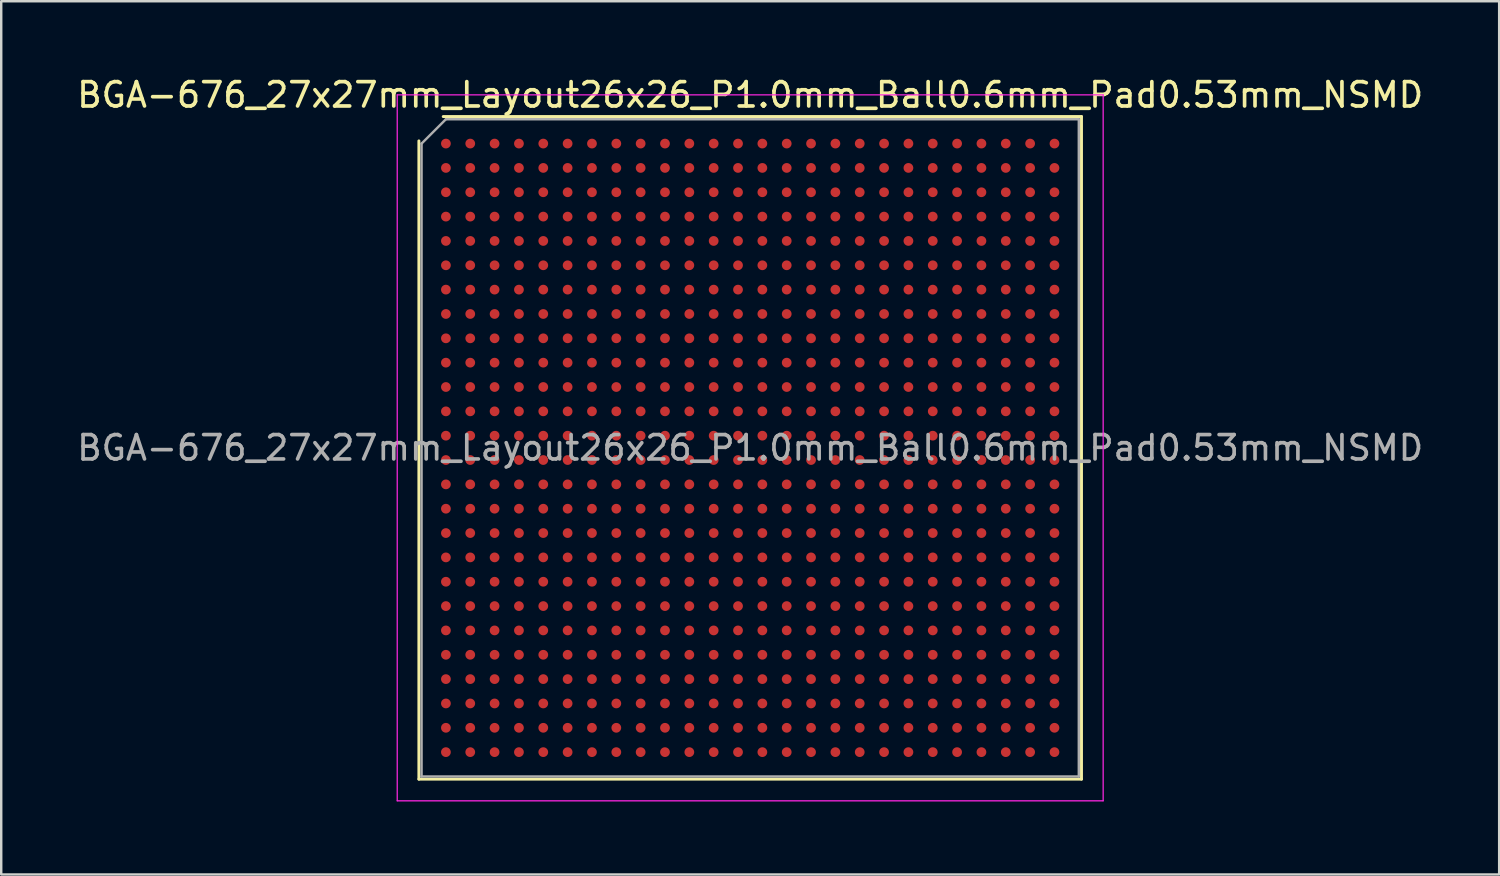
<source format=kicad_pcb>
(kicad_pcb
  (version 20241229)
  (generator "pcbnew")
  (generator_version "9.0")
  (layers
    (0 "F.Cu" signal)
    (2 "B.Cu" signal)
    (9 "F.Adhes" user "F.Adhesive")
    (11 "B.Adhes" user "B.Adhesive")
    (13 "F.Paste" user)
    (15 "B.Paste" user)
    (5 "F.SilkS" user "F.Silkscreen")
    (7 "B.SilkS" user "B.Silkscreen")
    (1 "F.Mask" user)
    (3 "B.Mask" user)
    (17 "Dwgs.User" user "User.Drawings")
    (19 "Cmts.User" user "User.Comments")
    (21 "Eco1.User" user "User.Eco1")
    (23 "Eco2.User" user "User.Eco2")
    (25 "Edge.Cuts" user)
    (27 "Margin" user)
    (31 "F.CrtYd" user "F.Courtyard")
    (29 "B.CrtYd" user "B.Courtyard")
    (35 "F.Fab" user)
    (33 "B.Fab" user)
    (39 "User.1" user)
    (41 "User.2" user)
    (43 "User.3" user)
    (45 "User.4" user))
  (footprint "BGA-676_27x27mm_Layout26x26_P1.0mm_Ball0.6mm_Pad0.53mm_NSMD"
    (layer "F.Cu")
    (at 27.768 15.348)
    (property "Reference" "BGA-676_27x27mm_Layout26x26_P1.0mm_Ball0.6mm_Pad0.53mm_NSMD" (at 0 -14.5 0) (layer "F.SilkS") (effects (font (size 1 1) (thickness 0.15))))
    (attr smd)
    (fp_line (start -13.61 13.61) (end -13.61 -12.61) (stroke (width 0.12) (type solid)) (layer "F.SilkS"))
    (fp_line (start -12.61 -13.61) (end 13.61 -13.61) (stroke (width 0.12) (type solid)) (layer "F.SilkS"))
    (fp_line (start 13.61 -13.61) (end 13.61 13.61) (stroke (width 0.12) (type solid)) (layer "F.SilkS"))
    (fp_line (start 13.61 13.61) (end -13.61 13.61) (stroke (width 0.12) (type solid)) (layer "F.SilkS"))
    (fp_line (start -14.5 -14.5) (end -14.5 14.5) (stroke (width 0.05) (type solid)) (layer "F.CrtYd"))
    (fp_line (start -14.5 14.5) (end 14.5 14.5) (stroke (width 0.05) (type solid)) (layer "F.CrtYd"))
    (fp_line (start 14.5 -14.5) (end -14.5 -14.5) (stroke (width 0.05) (type solid)) (layer "F.CrtYd"))
    (fp_line (start 14.5 14.5) (end 14.5 -14.5) (stroke (width 0.05) (type solid)) (layer "F.CrtYd"))
    (fp_line (start -13.5 -12.5) (end -12.5 -13.5) (stroke (width 0.1) (type solid)) (layer "F.Fab"))
    (fp_line (start -13.5 13.5) (end -13.5 -12.5) (stroke (width 0.1) (type solid)) (layer "F.Fab"))
    (fp_line (start -12.5 -13.5) (end 13.5 -13.5) (stroke (width 0.1) (type solid)) (layer "F.Fab"))
    (fp_line (start 13.5 -13.5) (end 13.5 13.5) (stroke (width 0.1) (type solid)) (layer "F.Fab"))
    (fp_line (start 13.5 13.5) (end -13.5 13.5) (stroke (width 0.1) (type solid)) (layer "F.Fab"))
    (fp_text user "${REFERENCE}" (at 0 0 0) (layer "F.Fab") (effects (font (size 1 1) (thickness 0.15))))
    (pad "A1" smd circle (at -12.5 -12.5) (size 0.4 0.4) (layers "F.Cu" "F.Mask" "F.Paste"))
    (pad "A2" smd circle (at -11.5 -12.5) (size 0.4 0.4) (layers "F.Cu" "F.Mask" "F.Paste"))
    (pad "A3" smd circle (at -10.5 -12.5) (size 0.4 0.4) (layers "F.Cu" "F.Mask" "F.Paste"))
    (pad "A4" smd circle (at -9.5 -12.5) (size 0.4 0.4) (layers "F.Cu" "F.Mask" "F.Paste"))
    (pad "A5" smd circle (at -8.5 -12.5) (size 0.4 0.4) (layers "F.Cu" "F.Mask" "F.Paste"))
    (pad "A6" smd circle (at -7.5 -12.5) (size 0.4 0.4) (layers "F.Cu" "F.Mask" "F.Paste"))
    (pad "A7" smd circle (at -6.5 -12.5) (size 0.4 0.4) (layers "F.Cu" "F.Mask" "F.Paste"))
    (pad "A8" smd circle (at -5.5 -12.5) (size 0.4 0.4) (layers "F.Cu" "F.Mask" "F.Paste"))
    (pad "A9" smd circle (at -4.5 -12.5) (size 0.4 0.4) (layers "F.Cu" "F.Mask" "F.Paste"))
    (pad "A10" smd circle (at -3.5 -12.5) (size 0.4 0.4) (layers "F.Cu" "F.Mask" "F.Paste"))
    (pad "A11" smd circle (at -2.5 -12.5) (size 0.4 0.4) (layers "F.Cu" "F.Mask" "F.Paste"))
    (pad "A12" smd circle (at -1.5 -12.5) (size 0.4 0.4) (layers "F.Cu" "F.Mask" "F.Paste"))
    (pad "A13" smd circle (at -0.5 -12.5) (size 0.4 0.4) (layers "F.Cu" "F.Mask" "F.Paste"))
    (pad "A14" smd circle (at 0.5 -12.5) (size 0.4 0.4) (layers "F.Cu" "F.Mask" "F.Paste"))
    (pad "A15" smd circle (at 1.5 -12.5) (size 0.4 0.4) (layers "F.Cu" "F.Mask" "F.Paste"))
    (pad "A16" smd circle (at 2.5 -12.5) (size 0.4 0.4) (layers "F.Cu" "F.Mask" "F.Paste"))
    (pad "A17" smd circle (at 3.5 -12.5) (size 0.4 0.4) (layers "F.Cu" "F.Mask" "F.Paste"))
    (pad "A18" smd circle (at 4.5 -12.5) (size 0.4 0.4) (layers "F.Cu" "F.Mask" "F.Paste"))
    (pad "A19" smd circle (at 5.5 -12.5) (size 0.4 0.4) (layers "F.Cu" "F.Mask" "F.Paste"))
    (pad "A20" smd circle (at 6.5 -12.5) (size 0.4 0.4) (layers "F.Cu" "F.Mask" "F.Paste"))
    (pad "A21" smd circle (at 7.5 -12.5) (size 0.4 0.4) (layers "F.Cu" "F.Mask" "F.Paste"))
    (pad "A22" smd circle (at 8.5 -12.5) (size 0.4 0.4) (layers "F.Cu" "F.Mask" "F.Paste"))
    (pad "A23" smd circle (at 9.5 -12.5) (size 0.4 0.4) (layers "F.Cu" "F.Mask" "F.Paste"))
    (pad "A24" smd circle (at 10.5 -12.5) (size 0.4 0.4) (layers "F.Cu" "F.Mask" "F.Paste"))
    (pad "A25" smd circle (at 11.5 -12.5) (size 0.4 0.4) (layers "F.Cu" "F.Mask" "F.Paste"))
    (pad "A26" smd circle (at 12.5 -12.5) (size 0.4 0.4) (layers "F.Cu" "F.Mask" "F.Paste"))
    (pad "AA1" smd circle (at -12.5 7.5) (size 0.4 0.4) (layers "F.Cu" "F.Mask" "F.Paste"))
    (pad "AA2" smd circle (at -11.5 7.5) (size 0.4 0.4) (layers "F.Cu" "F.Mask" "F.Paste"))
    (pad "AA3" smd circle (at -10.5 7.5) (size 0.4 0.4) (layers "F.Cu" "F.Mask" "F.Paste"))
    (pad "AA4" smd circle (at -9.5 7.5) (size 0.4 0.4) (layers "F.Cu" "F.Mask" "F.Paste"))
    (pad "AA5" smd circle (at -8.5 7.5) (size 0.4 0.4) (layers "F.Cu" "F.Mask" "F.Paste"))
    (pad "AA6" smd circle (at -7.5 7.5) (size 0.4 0.4) (layers "F.Cu" "F.Mask" "F.Paste"))
    (pad "AA7" smd circle (at -6.5 7.5) (size 0.4 0.4) (layers "F.Cu" "F.Mask" "F.Paste"))
    (pad "AA8" smd circle (at -5.5 7.5) (size 0.4 0.4) (layers "F.Cu" "F.Mask" "F.Paste"))
    (pad "AA9" smd circle (at -4.5 7.5) (size 0.4 0.4) (layers "F.Cu" "F.Mask" "F.Paste"))
    (pad "AA10" smd circle (at -3.5 7.5) (size 0.4 0.4) (layers "F.Cu" "F.Mask" "F.Paste"))
    (pad "AA11" smd circle (at -2.5 7.5) (size 0.4 0.4) (layers "F.Cu" "F.Mask" "F.Paste"))
    (pad "AA12" smd circle (at -1.5 7.5) (size 0.4 0.4) (layers "F.Cu" "F.Mask" "F.Paste"))
    (pad "AA13" smd circle (at -0.5 7.5) (size 0.4 0.4) (layers "F.Cu" "F.Mask" "F.Paste"))
    (pad "AA14" smd circle (at 0.5 7.5) (size 0.4 0.4) (layers "F.Cu" "F.Mask" "F.Paste"))
    (pad "AA15" smd circle (at 1.5 7.5) (size 0.4 0.4) (layers "F.Cu" "F.Mask" "F.Paste"))
    (pad "AA16" smd circle (at 2.5 7.5) (size 0.4 0.4) (layers "F.Cu" "F.Mask" "F.Paste"))
    (pad "AA17" smd circle (at 3.5 7.5) (size 0.4 0.4) (layers "F.Cu" "F.Mask" "F.Paste"))
    (pad "AA18" smd circle (at 4.5 7.5) (size 0.4 0.4) (layers "F.Cu" "F.Mask" "F.Paste"))
    (pad "AA19" smd circle (at 5.5 7.5) (size 0.4 0.4) (layers "F.Cu" "F.Mask" "F.Paste"))
    (pad "AA20" smd circle (at 6.5 7.5) (size 0.4 0.4) (layers "F.Cu" "F.Mask" "F.Paste"))
    (pad "AA21" smd circle (at 7.5 7.5) (size 0.4 0.4) (layers "F.Cu" "F.Mask" "F.Paste"))
    (pad "AA22" smd circle (at 8.5 7.5) (size 0.4 0.4) (layers "F.Cu" "F.Mask" "F.Paste"))
    (pad "AA23" smd circle (at 9.5 7.5) (size 0.4 0.4) (layers "F.Cu" "F.Mask" "F.Paste"))
    (pad "AA24" smd circle (at 10.5 7.5) (size 0.4 0.4) (layers "F.Cu" "F.Mask" "F.Paste"))
    (pad "AA25" smd circle (at 11.5 7.5) (size 0.4 0.4) (layers "F.Cu" "F.Mask" "F.Paste"))
    (pad "AA26" smd circle (at 12.5 7.5) (size 0.4 0.4) (layers "F.Cu" "F.Mask" "F.Paste"))
    (pad "AB1" smd circle (at -12.5 8.5) (size 0.4 0.4) (layers "F.Cu" "F.Mask" "F.Paste"))
    (pad "AB2" smd circle (at -11.5 8.5) (size 0.4 0.4) (layers "F.Cu" "F.Mask" "F.Paste"))
    (pad "AB3" smd circle (at -10.5 8.5) (size 0.4 0.4) (layers "F.Cu" "F.Mask" "F.Paste"))
    (pad "AB4" smd circle (at -9.5 8.5) (size 0.4 0.4) (layers "F.Cu" "F.Mask" "F.Paste"))
    (pad "AB5" smd circle (at -8.5 8.5) (size 0.4 0.4) (layers "F.Cu" "F.Mask" "F.Paste"))
    (pad "AB6" smd circle (at -7.5 8.5) (size 0.4 0.4) (layers "F.Cu" "F.Mask" "F.Paste"))
    (pad "AB7" smd circle (at -6.5 8.5) (size 0.4 0.4) (layers "F.Cu" "F.Mask" "F.Paste"))
    (pad "AB8" smd circle (at -5.5 8.5) (size 0.4 0.4) (layers "F.Cu" "F.Mask" "F.Paste"))
    (pad "AB9" smd circle (at -4.5 8.5) (size 0.4 0.4) (layers "F.Cu" "F.Mask" "F.Paste"))
    (pad "AB10" smd circle (at -3.5 8.5) (size 0.4 0.4) (layers "F.Cu" "F.Mask" "F.Paste"))
    (pad "AB11" smd circle (at -2.5 8.5) (size 0.4 0.4) (layers "F.Cu" "F.Mask" "F.Paste"))
    (pad "AB12" smd circle (at -1.5 8.5) (size 0.4 0.4) (layers "F.Cu" "F.Mask" "F.Paste"))
    (pad "AB13" smd circle (at -0.5 8.5) (size 0.4 0.4) (layers "F.Cu" "F.Mask" "F.Paste"))
    (pad "AB14" smd circle (at 0.5 8.5) (size 0.4 0.4) (layers "F.Cu" "F.Mask" "F.Paste"))
    (pad "AB15" smd circle (at 1.5 8.5) (size 0.4 0.4) (layers "F.Cu" "F.Mask" "F.Paste"))
    (pad "AB16" smd circle (at 2.5 8.5) (size 0.4 0.4) (layers "F.Cu" "F.Mask" "F.Paste"))
    (pad "AB17" smd circle (at 3.5 8.5) (size 0.4 0.4) (layers "F.Cu" "F.Mask" "F.Paste"))
    (pad "AB18" smd circle (at 4.5 8.5) (size 0.4 0.4) (layers "F.Cu" "F.Mask" "F.Paste"))
    (pad "AB19" smd circle (at 5.5 8.5) (size 0.4 0.4) (layers "F.Cu" "F.Mask" "F.Paste"))
    (pad "AB20" smd circle (at 6.5 8.5) (size 0.4 0.4) (layers "F.Cu" "F.Mask" "F.Paste"))
    (pad "AB21" smd circle (at 7.5 8.5) (size 0.4 0.4) (layers "F.Cu" "F.Mask" "F.Paste"))
    (pad "AB22" smd circle (at 8.5 8.5) (size 0.4 0.4) (layers "F.Cu" "F.Mask" "F.Paste"))
    (pad "AB23" smd circle (at 9.5 8.5) (size 0.4 0.4) (layers "F.Cu" "F.Mask" "F.Paste"))
    (pad "AB24" smd circle (at 10.5 8.5) (size 0.4 0.4) (layers "F.Cu" "F.Mask" "F.Paste"))
    (pad "AB25" smd circle (at 11.5 8.5) (size 0.4 0.4) (layers "F.Cu" "F.Mask" "F.Paste"))
    (pad "AB26" smd circle (at 12.5 8.5) (size 0.4 0.4) (layers "F.Cu" "F.Mask" "F.Paste"))
    (pad "AC1" smd circle (at -12.5 9.5) (size 0.4 0.4) (layers "F.Cu" "F.Mask" "F.Paste"))
    (pad "AC2" smd circle (at -11.5 9.5) (size 0.4 0.4) (layers "F.Cu" "F.Mask" "F.Paste"))
    (pad "AC3" smd circle (at -10.5 9.5) (size 0.4 0.4) (layers "F.Cu" "F.Mask" "F.Paste"))
    (pad "AC4" smd circle (at -9.5 9.5) (size 0.4 0.4) (layers "F.Cu" "F.Mask" "F.Paste"))
    (pad "AC5" smd circle (at -8.5 9.5) (size 0.4 0.4) (layers "F.Cu" "F.Mask" "F.Paste"))
    (pad "AC6" smd circle (at -7.5 9.5) (size 0.4 0.4) (layers "F.Cu" "F.Mask" "F.Paste"))
    (pad "AC7" smd circle (at -6.5 9.5) (size 0.4 0.4) (layers "F.Cu" "F.Mask" "F.Paste"))
    (pad "AC8" smd circle (at -5.5 9.5) (size 0.4 0.4) (layers "F.Cu" "F.Mask" "F.Paste"))
    (pad "AC9" smd circle (at -4.5 9.5) (size 0.4 0.4) (layers "F.Cu" "F.Mask" "F.Paste"))
    (pad "AC10" smd circle (at -3.5 9.5) (size 0.4 0.4) (layers "F.Cu" "F.Mask" "F.Paste"))
    (pad "AC11" smd circle (at -2.5 9.5) (size 0.4 0.4) (layers "F.Cu" "F.Mask" "F.Paste"))
    (pad "AC12" smd circle (at -1.5 9.5) (size 0.4 0.4) (layers "F.Cu" "F.Mask" "F.Paste"))
    (pad "AC13" smd circle (at -0.5 9.5) (size 0.4 0.4) (layers "F.Cu" "F.Mask" "F.Paste"))
    (pad "AC14" smd circle (at 0.5 9.5) (size 0.4 0.4) (layers "F.Cu" "F.Mask" "F.Paste"))
    (pad "AC15" smd circle (at 1.5 9.5) (size 0.4 0.4) (layers "F.Cu" "F.Mask" "F.Paste"))
    (pad "AC16" smd circle (at 2.5 9.5) (size 0.4 0.4) (layers "F.Cu" "F.Mask" "F.Paste"))
    (pad "AC17" smd circle (at 3.5 9.5) (size 0.4 0.4) (layers "F.Cu" "F.Mask" "F.Paste"))
    (pad "AC18" smd circle (at 4.5 9.5) (size 0.4 0.4) (layers "F.Cu" "F.Mask" "F.Paste"))
    (pad "AC19" smd circle (at 5.5 9.5) (size 0.4 0.4) (layers "F.Cu" "F.Mask" "F.Paste"))
    (pad "AC20" smd circle (at 6.5 9.5) (size 0.4 0.4) (layers "F.Cu" "F.Mask" "F.Paste"))
    (pad "AC21" smd circle (at 7.5 9.5) (size 0.4 0.4) (layers "F.Cu" "F.Mask" "F.Paste"))
    (pad "AC22" smd circle (at 8.5 9.5) (size 0.4 0.4) (layers "F.Cu" "F.Mask" "F.Paste"))
    (pad "AC23" smd circle (at 9.5 9.5) (size 0.4 0.4) (layers "F.Cu" "F.Mask" "F.Paste"))
    (pad "AC24" smd circle (at 10.5 9.5) (size 0.4 0.4) (layers "F.Cu" "F.Mask" "F.Paste"))
    (pad "AC25" smd circle (at 11.5 9.5) (size 0.4 0.4) (layers "F.Cu" "F.Mask" "F.Paste"))
    (pad "AC26" smd circle (at 12.5 9.5) (size 0.4 0.4) (layers "F.Cu" "F.Mask" "F.Paste"))
    (pad "AD1" smd circle (at -12.5 10.5) (size 0.4 0.4) (layers "F.Cu" "F.Mask" "F.Paste"))
    (pad "AD2" smd circle (at -11.5 10.5) (size 0.4 0.4) (layers "F.Cu" "F.Mask" "F.Paste"))
    (pad "AD3" smd circle (at -10.5 10.5) (size 0.4 0.4) (layers "F.Cu" "F.Mask" "F.Paste"))
    (pad "AD4" smd circle (at -9.5 10.5) (size 0.4 0.4) (layers "F.Cu" "F.Mask" "F.Paste"))
    (pad "AD5" smd circle (at -8.5 10.5) (size 0.4 0.4) (layers "F.Cu" "F.Mask" "F.Paste"))
    (pad "AD6" smd circle (at -7.5 10.5) (size 0.4 0.4) (layers "F.Cu" "F.Mask" "F.Paste"))
    (pad "AD7" smd circle (at -6.5 10.5) (size 0.4 0.4) (layers "F.Cu" "F.Mask" "F.Paste"))
    (pad "AD8" smd circle (at -5.5 10.5) (size 0.4 0.4) (layers "F.Cu" "F.Mask" "F.Paste"))
    (pad "AD9" smd circle (at -4.5 10.5) (size 0.4 0.4) (layers "F.Cu" "F.Mask" "F.Paste"))
    (pad "AD10" smd circle (at -3.5 10.5) (size 0.4 0.4) (layers "F.Cu" "F.Mask" "F.Paste"))
    (pad "AD11" smd circle (at -2.5 10.5) (size 0.4 0.4) (layers "F.Cu" "F.Mask" "F.Paste"))
    (pad "AD12" smd circle (at -1.5 10.5) (size 0.4 0.4) (layers "F.Cu" "F.Mask" "F.Paste"))
    (pad "AD13" smd circle (at -0.5 10.5) (size 0.4 0.4) (layers "F.Cu" "F.Mask" "F.Paste"))
    (pad "AD14" smd circle (at 0.5 10.5) (size 0.4 0.4) (layers "F.Cu" "F.Mask" "F.Paste"))
    (pad "AD15" smd circle (at 1.5 10.5) (size 0.4 0.4) (layers "F.Cu" "F.Mask" "F.Paste"))
    (pad "AD16" smd circle (at 2.5 10.5) (size 0.4 0.4) (layers "F.Cu" "F.Mask" "F.Paste"))
    (pad "AD17" smd circle (at 3.5 10.5) (size 0.4 0.4) (layers "F.Cu" "F.Mask" "F.Paste"))
    (pad "AD18" smd circle (at 4.5 10.5) (size 0.4 0.4) (layers "F.Cu" "F.Mask" "F.Paste"))
    (pad "AD19" smd circle (at 5.5 10.5) (size 0.4 0.4) (layers "F.Cu" "F.Mask" "F.Paste"))
    (pad "AD20" smd circle (at 6.5 10.5) (size 0.4 0.4) (layers "F.Cu" "F.Mask" "F.Paste"))
    (pad "AD21" smd circle (at 7.5 10.5) (size 0.4 0.4) (layers "F.Cu" "F.Mask" "F.Paste"))
    (pad "AD22" smd circle (at 8.5 10.5) (size 0.4 0.4) (layers "F.Cu" "F.Mask" "F.Paste"))
    (pad "AD23" smd circle (at 9.5 10.5) (size 0.4 0.4) (layers "F.Cu" "F.Mask" "F.Paste"))
    (pad "AD24" smd circle (at 10.5 10.5) (size 0.4 0.4) (layers "F.Cu" "F.Mask" "F.Paste"))
    (pad "AD25" smd circle (at 11.5 10.5) (size 0.4 0.4) (layers "F.Cu" "F.Mask" "F.Paste"))
    (pad "AD26" smd circle (at 12.5 10.5) (size 0.4 0.4) (layers "F.Cu" "F.Mask" "F.Paste"))
    (pad "AE1" smd circle (at -12.5 11.5) (size 0.4 0.4) (layers "F.Cu" "F.Mask" "F.Paste"))
    (pad "AE2" smd circle (at -11.5 11.5) (size 0.4 0.4) (layers "F.Cu" "F.Mask" "F.Paste"))
    (pad "AE3" smd circle (at -10.5 11.5) (size 0.4 0.4) (layers "F.Cu" "F.Mask" "F.Paste"))
    (pad "AE4" smd circle (at -9.5 11.5) (size 0.4 0.4) (layers "F.Cu" "F.Mask" "F.Paste"))
    (pad "AE5" smd circle (at -8.5 11.5) (size 0.4 0.4) (layers "F.Cu" "F.Mask" "F.Paste"))
    (pad "AE6" smd circle (at -7.5 11.5) (size 0.4 0.4) (layers "F.Cu" "F.Mask" "F.Paste"))
    (pad "AE7" smd circle (at -6.5 11.5) (size 0.4 0.4) (layers "F.Cu" "F.Mask" "F.Paste"))
    (pad "AE8" smd circle (at -5.5 11.5) (size 0.4 0.4) (layers "F.Cu" "F.Mask" "F.Paste"))
    (pad "AE9" smd circle (at -4.5 11.5) (size 0.4 0.4) (layers "F.Cu" "F.Mask" "F.Paste"))
    (pad "AE10" smd circle (at -3.5 11.5) (size 0.4 0.4) (layers "F.Cu" "F.Mask" "F.Paste"))
    (pad "AE11" smd circle (at -2.5 11.5) (size 0.4 0.4) (layers "F.Cu" "F.Mask" "F.Paste"))
    (pad "AE12" smd circle (at -1.5 11.5) (size 0.4 0.4) (layers "F.Cu" "F.Mask" "F.Paste"))
    (pad "AE13" smd circle (at -0.5 11.5) (size 0.4 0.4) (layers "F.Cu" "F.Mask" "F.Paste"))
    (pad "AE14" smd circle (at 0.5 11.5) (size 0.4 0.4) (layers "F.Cu" "F.Mask" "F.Paste"))
    (pad "AE15" smd circle (at 1.5 11.5) (size 0.4 0.4) (layers "F.Cu" "F.Mask" "F.Paste"))
    (pad "AE16" smd circle (at 2.5 11.5) (size 0.4 0.4) (layers "F.Cu" "F.Mask" "F.Paste"))
    (pad "AE17" smd circle (at 3.5 11.5) (size 0.4 0.4) (layers "F.Cu" "F.Mask" "F.Paste"))
    (pad "AE18" smd circle (at 4.5 11.5) (size 0.4 0.4) (layers "F.Cu" "F.Mask" "F.Paste"))
    (pad "AE19" smd circle (at 5.5 11.5) (size 0.4 0.4) (layers "F.Cu" "F.Mask" "F.Paste"))
    (pad "AE20" smd circle (at 6.5 11.5) (size 0.4 0.4) (layers "F.Cu" "F.Mask" "F.Paste"))
    (pad "AE21" smd circle (at 7.5 11.5) (size 0.4 0.4) (layers "F.Cu" "F.Mask" "F.Paste"))
    (pad "AE22" smd circle (at 8.5 11.5) (size 0.4 0.4) (layers "F.Cu" "F.Mask" "F.Paste"))
    (pad "AE23" smd circle (at 9.5 11.5) (size 0.4 0.4) (layers "F.Cu" "F.Mask" "F.Paste"))
    (pad "AE24" smd circle (at 10.5 11.5) (size 0.4 0.4) (layers "F.Cu" "F.Mask" "F.Paste"))
    (pad "AE25" smd circle (at 11.5 11.5) (size 0.4 0.4) (layers "F.Cu" "F.Mask" "F.Paste"))
    (pad "AE26" smd circle (at 12.5 11.5) (size 0.4 0.4) (layers "F.Cu" "F.Mask" "F.Paste"))
    (pad "AF1" smd circle (at -12.5 12.5) (size 0.4 0.4) (layers "F.Cu" "F.Mask" "F.Paste"))
    (pad "AF2" smd circle (at -11.5 12.5) (size 0.4 0.4) (layers "F.Cu" "F.Mask" "F.Paste"))
    (pad "AF3" smd circle (at -10.5 12.5) (size 0.4 0.4) (layers "F.Cu" "F.Mask" "F.Paste"))
    (pad "AF4" smd circle (at -9.5 12.5) (size 0.4 0.4) (layers "F.Cu" "F.Mask" "F.Paste"))
    (pad "AF5" smd circle (at -8.5 12.5) (size 0.4 0.4) (layers "F.Cu" "F.Mask" "F.Paste"))
    (pad "AF6" smd circle (at -7.5 12.5) (size 0.4 0.4) (layers "F.Cu" "F.Mask" "F.Paste"))
    (pad "AF7" smd circle (at -6.5 12.5) (size 0.4 0.4) (layers "F.Cu" "F.Mask" "F.Paste"))
    (pad "AF8" smd circle (at -5.5 12.5) (size 0.4 0.4) (layers "F.Cu" "F.Mask" "F.Paste"))
    (pad "AF9" smd circle (at -4.5 12.5) (size 0.4 0.4) (layers "F.Cu" "F.Mask" "F.Paste"))
    (pad "AF10" smd circle (at -3.5 12.5) (size 0.4 0.4) (layers "F.Cu" "F.Mask" "F.Paste"))
    (pad "AF11" smd circle (at -2.5 12.5) (size 0.4 0.4) (layers "F.Cu" "F.Mask" "F.Paste"))
    (pad "AF12" smd circle (at -1.5 12.5) (size 0.4 0.4) (layers "F.Cu" "F.Mask" "F.Paste"))
    (pad "AF13" smd circle (at -0.5 12.5) (size 0.4 0.4) (layers "F.Cu" "F.Mask" "F.Paste"))
    (pad "AF14" smd circle (at 0.5 12.5) (size 0.4 0.4) (layers "F.Cu" "F.Mask" "F.Paste"))
    (pad "AF15" smd circle (at 1.5 12.5) (size 0.4 0.4) (layers "F.Cu" "F.Mask" "F.Paste"))
    (pad "AF16" smd circle (at 2.5 12.5) (size 0.4 0.4) (layers "F.Cu" "F.Mask" "F.Paste"))
    (pad "AF17" smd circle (at 3.5 12.5) (size 0.4 0.4) (layers "F.Cu" "F.Mask" "F.Paste"))
    (pad "AF18" smd circle (at 4.5 12.5) (size 0.4 0.4) (layers "F.Cu" "F.Mask" "F.Paste"))
    (pad "AF19" smd circle (at 5.5 12.5) (size 0.4 0.4) (layers "F.Cu" "F.Mask" "F.Paste"))
    (pad "AF20" smd circle (at 6.5 12.5) (size 0.4 0.4) (layers "F.Cu" "F.Mask" "F.Paste"))
    (pad "AF21" smd circle (at 7.5 12.5) (size 0.4 0.4) (layers "F.Cu" "F.Mask" "F.Paste"))
    (pad "AF22" smd circle (at 8.5 12.5) (size 0.4 0.4) (layers "F.Cu" "F.Mask" "F.Paste"))
    (pad "AF23" smd circle (at 9.5 12.5) (size 0.4 0.4) (layers "F.Cu" "F.Mask" "F.Paste"))
    (pad "AF24" smd circle (at 10.5 12.5) (size 0.4 0.4) (layers "F.Cu" "F.Mask" "F.Paste"))
    (pad "AF25" smd circle (at 11.5 12.5) (size 0.4 0.4) (layers "F.Cu" "F.Mask" "F.Paste"))
    (pad "AF26" smd circle (at 12.5 12.5) (size 0.4 0.4) (layers "F.Cu" "F.Mask" "F.Paste"))
    (pad "B1" smd circle (at -12.5 -11.5) (size 0.4 0.4) (layers "F.Cu" "F.Mask" "F.Paste"))
    (pad "B2" smd circle (at -11.5 -11.5) (size 0.4 0.4) (layers "F.Cu" "F.Mask" "F.Paste"))
    (pad "B3" smd circle (at -10.5 -11.5) (size 0.4 0.4) (layers "F.Cu" "F.Mask" "F.Paste"))
    (pad "B4" smd circle (at -9.5 -11.5) (size 0.4 0.4) (layers "F.Cu" "F.Mask" "F.Paste"))
    (pad "B5" smd circle (at -8.5 -11.5) (size 0.4 0.4) (layers "F.Cu" "F.Mask" "F.Paste"))
    (pad "B6" smd circle (at -7.5 -11.5) (size 0.4 0.4) (layers "F.Cu" "F.Mask" "F.Paste"))
    (pad "B7" smd circle (at -6.5 -11.5) (size 0.4 0.4) (layers "F.Cu" "F.Mask" "F.Paste"))
    (pad "B8" smd circle (at -5.5 -11.5) (size 0.4 0.4) (layers "F.Cu" "F.Mask" "F.Paste"))
    (pad "B9" smd circle (at -4.5 -11.5) (size 0.4 0.4) (layers "F.Cu" "F.Mask" "F.Paste"))
    (pad "B10" smd circle (at -3.5 -11.5) (size 0.4 0.4) (layers "F.Cu" "F.Mask" "F.Paste"))
    (pad "B11" smd circle (at -2.5 -11.5) (size 0.4 0.4) (layers "F.Cu" "F.Mask" "F.Paste"))
    (pad "B12" smd circle (at -1.5 -11.5) (size 0.4 0.4) (layers "F.Cu" "F.Mask" "F.Paste"))
    (pad "B13" smd circle (at -0.5 -11.5) (size 0.4 0.4) (layers "F.Cu" "F.Mask" "F.Paste"))
    (pad "B14" smd circle (at 0.5 -11.5) (size 0.4 0.4) (layers "F.Cu" "F.Mask" "F.Paste"))
    (pad "B15" smd circle (at 1.5 -11.5) (size 0.4 0.4) (layers "F.Cu" "F.Mask" "F.Paste"))
    (pad "B16" smd circle (at 2.5 -11.5) (size 0.4 0.4) (layers "F.Cu" "F.Mask" "F.Paste"))
    (pad "B17" smd circle (at 3.5 -11.5) (size 0.4 0.4) (layers "F.Cu" "F.Mask" "F.Paste"))
    (pad "B18" smd circle (at 4.5 -11.5) (size 0.4 0.4) (layers "F.Cu" "F.Mask" "F.Paste"))
    (pad "B19" smd circle (at 5.5 -11.5) (size 0.4 0.4) (layers "F.Cu" "F.Mask" "F.Paste"))
    (pad "B20" smd circle (at 6.5 -11.5) (size 0.4 0.4) (layers "F.Cu" "F.Mask" "F.Paste"))
    (pad "B21" smd circle (at 7.5 -11.5) (size 0.4 0.4) (layers "F.Cu" "F.Mask" "F.Paste"))
    (pad "B22" smd circle (at 8.5 -11.5) (size 0.4 0.4) (layers "F.Cu" "F.Mask" "F.Paste"))
    (pad "B23" smd circle (at 9.5 -11.5) (size 0.4 0.4) (layers "F.Cu" "F.Mask" "F.Paste"))
    (pad "B24" smd circle (at 10.5 -11.5) (size 0.4 0.4) (layers "F.Cu" "F.Mask" "F.Paste"))
    (pad "B25" smd circle (at 11.5 -11.5) (size 0.4 0.4) (layers "F.Cu" "F.Mask" "F.Paste"))
    (pad "B26" smd circle (at 12.5 -11.5) (size 0.4 0.4) (layers "F.Cu" "F.Mask" "F.Paste"))
    (pad "C1" smd circle (at -12.5 -10.5) (size 0.4 0.4) (layers "F.Cu" "F.Mask" "F.Paste"))
    (pad "C2" smd circle (at -11.5 -10.5) (size 0.4 0.4) (layers "F.Cu" "F.Mask" "F.Paste"))
    (pad "C3" smd circle (at -10.5 -10.5) (size 0.4 0.4) (layers "F.Cu" "F.Mask" "F.Paste"))
    (pad "C4" smd circle (at -9.5 -10.5) (size 0.4 0.4) (layers "F.Cu" "F.Mask" "F.Paste"))
    (pad "C5" smd circle (at -8.5 -10.5) (size 0.4 0.4) (layers "F.Cu" "F.Mask" "F.Paste"))
    (pad "C6" smd circle (at -7.5 -10.5) (size 0.4 0.4) (layers "F.Cu" "F.Mask" "F.Paste"))
    (pad "C7" smd circle (at -6.5 -10.5) (size 0.4 0.4) (layers "F.Cu" "F.Mask" "F.Paste"))
    (pad "C8" smd circle (at -5.5 -10.5) (size 0.4 0.4) (layers "F.Cu" "F.Mask" "F.Paste"))
    (pad "C9" smd circle (at -4.5 -10.5) (size 0.4 0.4) (layers "F.Cu" "F.Mask" "F.Paste"))
    (pad "C10" smd circle (at -3.5 -10.5) (size 0.4 0.4) (layers "F.Cu" "F.Mask" "F.Paste"))
    (pad "C11" smd circle (at -2.5 -10.5) (size 0.4 0.4) (layers "F.Cu" "F.Mask" "F.Paste"))
    (pad "C12" smd circle (at -1.5 -10.5) (size 0.4 0.4) (layers "F.Cu" "F.Mask" "F.Paste"))
    (pad "C13" smd circle (at -0.5 -10.5) (size 0.4 0.4) (layers "F.Cu" "F.Mask" "F.Paste"))
    (pad "C14" smd circle (at 0.5 -10.5) (size 0.4 0.4) (layers "F.Cu" "F.Mask" "F.Paste"))
    (pad "C15" smd circle (at 1.5 -10.5) (size 0.4 0.4) (layers "F.Cu" "F.Mask" "F.Paste"))
    (pad "C16" smd circle (at 2.5 -10.5) (size 0.4 0.4) (layers "F.Cu" "F.Mask" "F.Paste"))
    (pad "C17" smd circle (at 3.5 -10.5) (size 0.4 0.4) (layers "F.Cu" "F.Mask" "F.Paste"))
    (pad "C18" smd circle (at 4.5 -10.5) (size 0.4 0.4) (layers "F.Cu" "F.Mask" "F.Paste"))
    (pad "C19" smd circle (at 5.5 -10.5) (size 0.4 0.4) (layers "F.Cu" "F.Mask" "F.Paste"))
    (pad "C20" smd circle (at 6.5 -10.5) (size 0.4 0.4) (layers "F.Cu" "F.Mask" "F.Paste"))
    (pad "C21" smd circle (at 7.5 -10.5) (size 0.4 0.4) (layers "F.Cu" "F.Mask" "F.Paste"))
    (pad "C22" smd circle (at 8.5 -10.5) (size 0.4 0.4) (layers "F.Cu" "F.Mask" "F.Paste"))
    (pad "C23" smd circle (at 9.5 -10.5) (size 0.4 0.4) (layers "F.Cu" "F.Mask" "F.Paste"))
    (pad "C24" smd circle (at 10.5 -10.5) (size 0.4 0.4) (layers "F.Cu" "F.Mask" "F.Paste"))
    (pad "C25" smd circle (at 11.5 -10.5) (size 0.4 0.4) (layers "F.Cu" "F.Mask" "F.Paste"))
    (pad "C26" smd circle (at 12.5 -10.5) (size 0.4 0.4) (layers "F.Cu" "F.Mask" "F.Paste"))
    (pad "D1" smd circle (at -12.5 -9.5) (size 0.4 0.4) (layers "F.Cu" "F.Mask" "F.Paste"))
    (pad "D2" smd circle (at -11.5 -9.5) (size 0.4 0.4) (layers "F.Cu" "F.Mask" "F.Paste"))
    (pad "D3" smd circle (at -10.5 -9.5) (size 0.4 0.4) (layers "F.Cu" "F.Mask" "F.Paste"))
    (pad "D4" smd circle (at -9.5 -9.5) (size 0.4 0.4) (layers "F.Cu" "F.Mask" "F.Paste"))
    (pad "D5" smd circle (at -8.5 -9.5) (size 0.4 0.4) (layers "F.Cu" "F.Mask" "F.Paste"))
    (pad "D6" smd circle (at -7.5 -9.5) (size 0.4 0.4) (layers "F.Cu" "F.Mask" "F.Paste"))
    (pad "D7" smd circle (at -6.5 -9.5) (size 0.4 0.4) (layers "F.Cu" "F.Mask" "F.Paste"))
    (pad "D8" smd circle (at -5.5 -9.5) (size 0.4 0.4) (layers "F.Cu" "F.Mask" "F.Paste"))
    (pad "D9" smd circle (at -4.5 -9.5) (size 0.4 0.4) (layers "F.Cu" "F.Mask" "F.Paste"))
    (pad "D10" smd circle (at -3.5 -9.5) (size 0.4 0.4) (layers "F.Cu" "F.Mask" "F.Paste"))
    (pad "D11" smd circle (at -2.5 -9.5) (size 0.4 0.4) (layers "F.Cu" "F.Mask" "F.Paste"))
    (pad "D12" smd circle (at -1.5 -9.5) (size 0.4 0.4) (layers "F.Cu" "F.Mask" "F.Paste"))
    (pad "D13" smd circle (at -0.5 -9.5) (size 0.4 0.4) (layers "F.Cu" "F.Mask" "F.Paste"))
    (pad "D14" smd circle (at 0.5 -9.5) (size 0.4 0.4) (layers "F.Cu" "F.Mask" "F.Paste"))
    (pad "D15" smd circle (at 1.5 -9.5) (size 0.4 0.4) (layers "F.Cu" "F.Mask" "F.Paste"))
    (pad "D16" smd circle (at 2.5 -9.5) (size 0.4 0.4) (layers "F.Cu" "F.Mask" "F.Paste"))
    (pad "D17" smd circle (at 3.5 -9.5) (size 0.4 0.4) (layers "F.Cu" "F.Mask" "F.Paste"))
    (pad "D18" smd circle (at 4.5 -9.5) (size 0.4 0.4) (layers "F.Cu" "F.Mask" "F.Paste"))
    (pad "D19" smd circle (at 5.5 -9.5) (size 0.4 0.4) (layers "F.Cu" "F.Mask" "F.Paste"))
    (pad "D20" smd circle (at 6.5 -9.5) (size 0.4 0.4) (layers "F.Cu" "F.Mask" "F.Paste"))
    (pad "D21" smd circle (at 7.5 -9.5) (size 0.4 0.4) (layers "F.Cu" "F.Mask" "F.Paste"))
    (pad "D22" smd circle (at 8.5 -9.5) (size 0.4 0.4) (layers "F.Cu" "F.Mask" "F.Paste"))
    (pad "D23" smd circle (at 9.5 -9.5) (size 0.4 0.4) (layers "F.Cu" "F.Mask" "F.Paste"))
    (pad "D24" smd circle (at 10.5 -9.5) (size 0.4 0.4) (layers "F.Cu" "F.Mask" "F.Paste"))
    (pad "D25" smd circle (at 11.5 -9.5) (size 0.4 0.4) (layers "F.Cu" "F.Mask" "F.Paste"))
    (pad "D26" smd circle (at 12.5 -9.5) (size 0.4 0.4) (layers "F.Cu" "F.Mask" "F.Paste"))
    (pad "E1" smd circle (at -12.5 -8.5) (size 0.4 0.4) (layers "F.Cu" "F.Mask" "F.Paste"))
    (pad "E2" smd circle (at -11.5 -8.5) (size 0.4 0.4) (layers "F.Cu" "F.Mask" "F.Paste"))
    (pad "E3" smd circle (at -10.5 -8.5) (size 0.4 0.4) (layers "F.Cu" "F.Mask" "F.Paste"))
    (pad "E4" smd circle (at -9.5 -8.5) (size 0.4 0.4) (layers "F.Cu" "F.Mask" "F.Paste"))
    (pad "E5" smd circle (at -8.5 -8.5) (size 0.4 0.4) (layers "F.Cu" "F.Mask" "F.Paste"))
    (pad "E6" smd circle (at -7.5 -8.5) (size 0.4 0.4) (layers "F.Cu" "F.Mask" "F.Paste"))
    (pad "E7" smd circle (at -6.5 -8.5) (size 0.4 0.4) (layers "F.Cu" "F.Mask" "F.Paste"))
    (pad "E8" smd circle (at -5.5 -8.5) (size 0.4 0.4) (layers "F.Cu" "F.Mask" "F.Paste"))
    (pad "E9" smd circle (at -4.5 -8.5) (size 0.4 0.4) (layers "F.Cu" "F.Mask" "F.Paste"))
    (pad "E10" smd circle (at -3.5 -8.5) (size 0.4 0.4) (layers "F.Cu" "F.Mask" "F.Paste"))
    (pad "E11" smd circle (at -2.5 -8.5) (size 0.4 0.4) (layers "F.Cu" "F.Mask" "F.Paste"))
    (pad "E12" smd circle (at -1.5 -8.5) (size 0.4 0.4) (layers "F.Cu" "F.Mask" "F.Paste"))
    (pad "E13" smd circle (at -0.5 -8.5) (size 0.4 0.4) (layers "F.Cu" "F.Mask" "F.Paste"))
    (pad "E14" smd circle (at 0.5 -8.5) (size 0.4 0.4) (layers "F.Cu" "F.Mask" "F.Paste"))
    (pad "E15" smd circle (at 1.5 -8.5) (size 0.4 0.4) (layers "F.Cu" "F.Mask" "F.Paste"))
    (pad "E16" smd circle (at 2.5 -8.5) (size 0.4 0.4) (layers "F.Cu" "F.Mask" "F.Paste"))
    (pad "E17" smd circle (at 3.5 -8.5) (size 0.4 0.4) (layers "F.Cu" "F.Mask" "F.Paste"))
    (pad "E18" smd circle (at 4.5 -8.5) (size 0.4 0.4) (layers "F.Cu" "F.Mask" "F.Paste"))
    (pad "E19" smd circle (at 5.5 -8.5) (size 0.4 0.4) (layers "F.Cu" "F.Mask" "F.Paste"))
    (pad "E20" smd circle (at 6.5 -8.5) (size 0.4 0.4) (layers "F.Cu" "F.Mask" "F.Paste"))
    (pad "E21" smd circle (at 7.5 -8.5) (size 0.4 0.4) (layers "F.Cu" "F.Mask" "F.Paste"))
    (pad "E22" smd circle (at 8.5 -8.5) (size 0.4 0.4) (layers "F.Cu" "F.Mask" "F.Paste"))
    (pad "E23" smd circle (at 9.5 -8.5) (size 0.4 0.4) (layers "F.Cu" "F.Mask" "F.Paste"))
    (pad "E24" smd circle (at 10.5 -8.5) (size 0.4 0.4) (layers "F.Cu" "F.Mask" "F.Paste"))
    (pad "E25" smd circle (at 11.5 -8.5) (size 0.4 0.4) (layers "F.Cu" "F.Mask" "F.Paste"))
    (pad "E26" smd circle (at 12.5 -8.5) (size 0.4 0.4) (layers "F.Cu" "F.Mask" "F.Paste"))
    (pad "F1" smd circle (at -12.5 -7.5) (size 0.4 0.4) (layers "F.Cu" "F.Mask" "F.Paste"))
    (pad "F2" smd circle (at -11.5 -7.5) (size 0.4 0.4) (layers "F.Cu" "F.Mask" "F.Paste"))
    (pad "F3" smd circle (at -10.5 -7.5) (size 0.4 0.4) (layers "F.Cu" "F.Mask" "F.Paste"))
    (pad "F4" smd circle (at -9.5 -7.5) (size 0.4 0.4) (layers "F.Cu" "F.Mask" "F.Paste"))
    (pad "F5" smd circle (at -8.5 -7.5) (size 0.4 0.4) (layers "F.Cu" "F.Mask" "F.Paste"))
    (pad "F6" smd circle (at -7.5 -7.5) (size 0.4 0.4) (layers "F.Cu" "F.Mask" "F.Paste"))
    (pad "F7" smd circle (at -6.5 -7.5) (size 0.4 0.4) (layers "F.Cu" "F.Mask" "F.Paste"))
    (pad "F8" smd circle (at -5.5 -7.5) (size 0.4 0.4) (layers "F.Cu" "F.Mask" "F.Paste"))
    (pad "F9" smd circle (at -4.5 -7.5) (size 0.4 0.4) (layers "F.Cu" "F.Mask" "F.Paste"))
    (pad "F10" smd circle (at -3.5 -7.5) (size 0.4 0.4) (layers "F.Cu" "F.Mask" "F.Paste"))
    (pad "F11" smd circle (at -2.5 -7.5) (size 0.4 0.4) (layers "F.Cu" "F.Mask" "F.Paste"))
    (pad "F12" smd circle (at -1.5 -7.5) (size 0.4 0.4) (layers "F.Cu" "F.Mask" "F.Paste"))
    (pad "F13" smd circle (at -0.5 -7.5) (size 0.4 0.4) (layers "F.Cu" "F.Mask" "F.Paste"))
    (pad "F14" smd circle (at 0.5 -7.5) (size 0.4 0.4) (layers "F.Cu" "F.Mask" "F.Paste"))
    (pad "F15" smd circle (at 1.5 -7.5) (size 0.4 0.4) (layers "F.Cu" "F.Mask" "F.Paste"))
    (pad "F16" smd circle (at 2.5 -7.5) (size 0.4 0.4) (layers "F.Cu" "F.Mask" "F.Paste"))
    (pad "F17" smd circle (at 3.5 -7.5) (size 0.4 0.4) (layers "F.Cu" "F.Mask" "F.Paste"))
    (pad "F18" smd circle (at 4.5 -7.5) (size 0.4 0.4) (layers "F.Cu" "F.Mask" "F.Paste"))
    (pad "F19" smd circle (at 5.5 -7.5) (size 0.4 0.4) (layers "F.Cu" "F.Mask" "F.Paste"))
    (pad "F20" smd circle (at 6.5 -7.5) (size 0.4 0.4) (layers "F.Cu" "F.Mask" "F.Paste"))
    (pad "F21" smd circle (at 7.5 -7.5) (size 0.4 0.4) (layers "F.Cu" "F.Mask" "F.Paste"))
    (pad "F22" smd circle (at 8.5 -7.5) (size 0.4 0.4) (layers "F.Cu" "F.Mask" "F.Paste"))
    (pad "F23" smd circle (at 9.5 -7.5) (size 0.4 0.4) (layers "F.Cu" "F.Mask" "F.Paste"))
    (pad "F24" smd circle (at 10.5 -7.5) (size 0.4 0.4) (layers "F.Cu" "F.Mask" "F.Paste"))
    (pad "F25" smd circle (at 11.5 -7.5) (size 0.4 0.4) (layers "F.Cu" "F.Mask" "F.Paste"))
    (pad "F26" smd circle (at 12.5 -7.5) (size 0.4 0.4) (layers "F.Cu" "F.Mask" "F.Paste"))
    (pad "G1" smd circle (at -12.5 -6.5) (size 0.4 0.4) (layers "F.Cu" "F.Mask" "F.Paste"))
    (pad "G2" smd circle (at -11.5 -6.5) (size 0.4 0.4) (layers "F.Cu" "F.Mask" "F.Paste"))
    (pad "G3" smd circle (at -10.5 -6.5) (size 0.4 0.4) (layers "F.Cu" "F.Mask" "F.Paste"))
    (pad "G4" smd circle (at -9.5 -6.5) (size 0.4 0.4) (layers "F.Cu" "F.Mask" "F.Paste"))
    (pad "G5" smd circle (at -8.5 -6.5) (size 0.4 0.4) (layers "F.Cu" "F.Mask" "F.Paste"))
    (pad "G6" smd circle (at -7.5 -6.5) (size 0.4 0.4) (layers "F.Cu" "F.Mask" "F.Paste"))
    (pad "G7" smd circle (at -6.5 -6.5) (size 0.4 0.4) (layers "F.Cu" "F.Mask" "F.Paste"))
    (pad "G8" smd circle (at -5.5 -6.5) (size 0.4 0.4) (layers "F.Cu" "F.Mask" "F.Paste"))
    (pad "G9" smd circle (at -4.5 -6.5) (size 0.4 0.4) (layers "F.Cu" "F.Mask" "F.Paste"))
    (pad "G10" smd circle (at -3.5 -6.5) (size 0.4 0.4) (layers "F.Cu" "F.Mask" "F.Paste"))
    (pad "G11" smd circle (at -2.5 -6.5) (size 0.4 0.4) (layers "F.Cu" "F.Mask" "F.Paste"))
    (pad "G12" smd circle (at -1.5 -6.5) (size 0.4 0.4) (layers "F.Cu" "F.Mask" "F.Paste"))
    (pad "G13" smd circle (at -0.5 -6.5) (size 0.4 0.4) (layers "F.Cu" "F.Mask" "F.Paste"))
    (pad "G14" smd circle (at 0.5 -6.5) (size 0.4 0.4) (layers "F.Cu" "F.Mask" "F.Paste"))
    (pad "G15" smd circle (at 1.5 -6.5) (size 0.4 0.4) (layers "F.Cu" "F.Mask" "F.Paste"))
    (pad "G16" smd circle (at 2.5 -6.5) (size 0.4 0.4) (layers "F.Cu" "F.Mask" "F.Paste"))
    (pad "G17" smd circle (at 3.5 -6.5) (size 0.4 0.4) (layers "F.Cu" "F.Mask" "F.Paste"))
    (pad "G18" smd circle (at 4.5 -6.5) (size 0.4 0.4) (layers "F.Cu" "F.Mask" "F.Paste"))
    (pad "G19" smd circle (at 5.5 -6.5) (size 0.4 0.4) (layers "F.Cu" "F.Mask" "F.Paste"))
    (pad "G20" smd circle (at 6.5 -6.5) (size 0.4 0.4) (layers "F.Cu" "F.Mask" "F.Paste"))
    (pad "G21" smd circle (at 7.5 -6.5) (size 0.4 0.4) (layers "F.Cu" "F.Mask" "F.Paste"))
    (pad "G22" smd circle (at 8.5 -6.5) (size 0.4 0.4) (layers "F.Cu" "F.Mask" "F.Paste"))
    (pad "G23" smd circle (at 9.5 -6.5) (size 0.4 0.4) (layers "F.Cu" "F.Mask" "F.Paste"))
    (pad "G24" smd circle (at 10.5 -6.5) (size 0.4 0.4) (layers "F.Cu" "F.Mask" "F.Paste"))
    (pad "G25" smd circle (at 11.5 -6.5) (size 0.4 0.4) (layers "F.Cu" "F.Mask" "F.Paste"))
    (pad "G26" smd circle (at 12.5 -6.5) (size 0.4 0.4) (layers "F.Cu" "F.Mask" "F.Paste"))
    (pad "H1" smd circle (at -12.5 -5.5) (size 0.4 0.4) (layers "F.Cu" "F.Mask" "F.Paste"))
    (pad "H2" smd circle (at -11.5 -5.5) (size 0.4 0.4) (layers "F.Cu" "F.Mask" "F.Paste"))
    (pad "H3" smd circle (at -10.5 -5.5) (size 0.4 0.4) (layers "F.Cu" "F.Mask" "F.Paste"))
    (pad "H4" smd circle (at -9.5 -5.5) (size 0.4 0.4) (layers "F.Cu" "F.Mask" "F.Paste"))
    (pad "H5" smd circle (at -8.5 -5.5) (size 0.4 0.4) (layers "F.Cu" "F.Mask" "F.Paste"))
    (pad "H6" smd circle (at -7.5 -5.5) (size 0.4 0.4) (layers "F.Cu" "F.Mask" "F.Paste"))
    (pad "H7" smd circle (at -6.5 -5.5) (size 0.4 0.4) (layers "F.Cu" "F.Mask" "F.Paste"))
    (pad "H8" smd circle (at -5.5 -5.5) (size 0.4 0.4) (layers "F.Cu" "F.Mask" "F.Paste"))
    (pad "H9" smd circle (at -4.5 -5.5) (size 0.4 0.4) (layers "F.Cu" "F.Mask" "F.Paste"))
    (pad "H10" smd circle (at -3.5 -5.5) (size 0.4 0.4) (layers "F.Cu" "F.Mask" "F.Paste"))
    (pad "H11" smd circle (at -2.5 -5.5) (size 0.4 0.4) (layers "F.Cu" "F.Mask" "F.Paste"))
    (pad "H12" smd circle (at -1.5 -5.5) (size 0.4 0.4) (layers "F.Cu" "F.Mask" "F.Paste"))
    (pad "H13" smd circle (at -0.5 -5.5) (size 0.4 0.4) (layers "F.Cu" "F.Mask" "F.Paste"))
    (pad "H14" smd circle (at 0.5 -5.5) (size 0.4 0.4) (layers "F.Cu" "F.Mask" "F.Paste"))
    (pad "H15" smd circle (at 1.5 -5.5) (size 0.4 0.4) (layers "F.Cu" "F.Mask" "F.Paste"))
    (pad "H16" smd circle (at 2.5 -5.5) (size 0.4 0.4) (layers "F.Cu" "F.Mask" "F.Paste"))
    (pad "H17" smd circle (at 3.5 -5.5) (size 0.4 0.4) (layers "F.Cu" "F.Mask" "F.Paste"))
    (pad "H18" smd circle (at 4.5 -5.5) (size 0.4 0.4) (layers "F.Cu" "F.Mask" "F.Paste"))
    (pad "H19" smd circle (at 5.5 -5.5) (size 0.4 0.4) (layers "F.Cu" "F.Mask" "F.Paste"))
    (pad "H20" smd circle (at 6.5 -5.5) (size 0.4 0.4) (layers "F.Cu" "F.Mask" "F.Paste"))
    (pad "H21" smd circle (at 7.5 -5.5) (size 0.4 0.4) (layers "F.Cu" "F.Mask" "F.Paste"))
    (pad "H22" smd circle (at 8.5 -5.5) (size 0.4 0.4) (layers "F.Cu" "F.Mask" "F.Paste"))
    (pad "H23" smd circle (at 9.5 -5.5) (size 0.4 0.4) (layers "F.Cu" "F.Mask" "F.Paste"))
    (pad "H24" smd circle (at 10.5 -5.5) (size 0.4 0.4) (layers "F.Cu" "F.Mask" "F.Paste"))
    (pad "H25" smd circle (at 11.5 -5.5) (size 0.4 0.4) (layers "F.Cu" "F.Mask" "F.Paste"))
    (pad "H26" smd circle (at 12.5 -5.5) (size 0.4 0.4) (layers "F.Cu" "F.Mask" "F.Paste"))
    (pad "J1" smd circle (at -12.5 -4.5) (size 0.4 0.4) (layers "F.Cu" "F.Mask" "F.Paste"))
    (pad "J2" smd circle (at -11.5 -4.5) (size 0.4 0.4) (layers "F.Cu" "F.Mask" "F.Paste"))
    (pad "J3" smd circle (at -10.5 -4.5) (size 0.4 0.4) (layers "F.Cu" "F.Mask" "F.Paste"))
    (pad "J4" smd circle (at -9.5 -4.5) (size 0.4 0.4) (layers "F.Cu" "F.Mask" "F.Paste"))
    (pad "J5" smd circle (at -8.5 -4.5) (size 0.4 0.4) (layers "F.Cu" "F.Mask" "F.Paste"))
    (pad "J6" smd circle (at -7.5 -4.5) (size 0.4 0.4) (layers "F.Cu" "F.Mask" "F.Paste"))
    (pad "J7" smd circle (at -6.5 -4.5) (size 0.4 0.4) (layers "F.Cu" "F.Mask" "F.Paste"))
    (pad "J8" smd circle (at -5.5 -4.5) (size 0.4 0.4) (layers "F.Cu" "F.Mask" "F.Paste"))
    (pad "J9" smd circle (at -4.5 -4.5) (size 0.4 0.4) (layers "F.Cu" "F.Mask" "F.Paste"))
    (pad "J10" smd circle (at -3.5 -4.5) (size 0.4 0.4) (layers "F.Cu" "F.Mask" "F.Paste"))
    (pad "J11" smd circle (at -2.5 -4.5) (size 0.4 0.4) (layers "F.Cu" "F.Mask" "F.Paste"))
    (pad "J12" smd circle (at -1.5 -4.5) (size 0.4 0.4) (layers "F.Cu" "F.Mask" "F.Paste"))
    (pad "J13" smd circle (at -0.5 -4.5) (size 0.4 0.4) (layers "F.Cu" "F.Mask" "F.Paste"))
    (pad "J14" smd circle (at 0.5 -4.5) (size 0.4 0.4) (layers "F.Cu" "F.Mask" "F.Paste"))
    (pad "J15" smd circle (at 1.5 -4.5) (size 0.4 0.4) (layers "F.Cu" "F.Mask" "F.Paste"))
    (pad "J16" smd circle (at 2.5 -4.5) (size 0.4 0.4) (layers "F.Cu" "F.Mask" "F.Paste"))
    (pad "J17" smd circle (at 3.5 -4.5) (size 0.4 0.4) (layers "F.Cu" "F.Mask" "F.Paste"))
    (pad "J18" smd circle (at 4.5 -4.5) (size 0.4 0.4) (layers "F.Cu" "F.Mask" "F.Paste"))
    (pad "J19" smd circle (at 5.5 -4.5) (size 0.4 0.4) (layers "F.Cu" "F.Mask" "F.Paste"))
    (pad "J20" smd circle (at 6.5 -4.5) (size 0.4 0.4) (layers "F.Cu" "F.Mask" "F.Paste"))
    (pad "J21" smd circle (at 7.5 -4.5) (size 0.4 0.4) (layers "F.Cu" "F.Mask" "F.Paste"))
    (pad "J22" smd circle (at 8.5 -4.5) (size 0.4 0.4) (layers "F.Cu" "F.Mask" "F.Paste"))
    (pad "J23" smd circle (at 9.5 -4.5) (size 0.4 0.4) (layers "F.Cu" "F.Mask" "F.Paste"))
    (pad "J24" smd circle (at 10.5 -4.5) (size 0.4 0.4) (layers "F.Cu" "F.Mask" "F.Paste"))
    (pad "J25" smd circle (at 11.5 -4.5) (size 0.4 0.4) (layers "F.Cu" "F.Mask" "F.Paste"))
    (pad "J26" smd circle (at 12.5 -4.5) (size 0.4 0.4) (layers "F.Cu" "F.Mask" "F.Paste"))
    (pad "K1" smd circle (at -12.5 -3.5) (size 0.4 0.4) (layers "F.Cu" "F.Mask" "F.Paste"))
    (pad "K2" smd circle (at -11.5 -3.5) (size 0.4 0.4) (layers "F.Cu" "F.Mask" "F.Paste"))
    (pad "K3" smd circle (at -10.5 -3.5) (size 0.4 0.4) (layers "F.Cu" "F.Mask" "F.Paste"))
    (pad "K4" smd circle (at -9.5 -3.5) (size 0.4 0.4) (layers "F.Cu" "F.Mask" "F.Paste"))
    (pad "K5" smd circle (at -8.5 -3.5) (size 0.4 0.4) (layers "F.Cu" "F.Mask" "F.Paste"))
    (pad "K6" smd circle (at -7.5 -3.5) (size 0.4 0.4) (layers "F.Cu" "F.Mask" "F.Paste"))
    (pad "K7" smd circle (at -6.5 -3.5) (size 0.4 0.4) (layers "F.Cu" "F.Mask" "F.Paste"))
    (pad "K8" smd circle (at -5.5 -3.5) (size 0.4 0.4) (layers "F.Cu" "F.Mask" "F.Paste"))
    (pad "K9" smd circle (at -4.5 -3.5) (size 0.4 0.4) (layers "F.Cu" "F.Mask" "F.Paste"))
    (pad "K10" smd circle (at -3.5 -3.5) (size 0.4 0.4) (layers "F.Cu" "F.Mask" "F.Paste"))
    (pad "K11" smd circle (at -2.5 -3.5) (size 0.4 0.4) (layers "F.Cu" "F.Mask" "F.Paste"))
    (pad "K12" smd circle (at -1.5 -3.5) (size 0.4 0.4) (layers "F.Cu" "F.Mask" "F.Paste"))
    (pad "K13" smd circle (at -0.5 -3.5) (size 0.4 0.4) (layers "F.Cu" "F.Mask" "F.Paste"))
    (pad "K14" smd circle (at 0.5 -3.5) (size 0.4 0.4) (layers "F.Cu" "F.Mask" "F.Paste"))
    (pad "K15" smd circle (at 1.5 -3.5) (size 0.4 0.4) (layers "F.Cu" "F.Mask" "F.Paste"))
    (pad "K16" smd circle (at 2.5 -3.5) (size 0.4 0.4) (layers "F.Cu" "F.Mask" "F.Paste"))
    (pad "K17" smd circle (at 3.5 -3.5) (size 0.4 0.4) (layers "F.Cu" "F.Mask" "F.Paste"))
    (pad "K18" smd circle (at 4.5 -3.5) (size 0.4 0.4) (layers "F.Cu" "F.Mask" "F.Paste"))
    (pad "K19" smd circle (at 5.5 -3.5) (size 0.4 0.4) (layers "F.Cu" "F.Mask" "F.Paste"))
    (pad "K20" smd circle (at 6.5 -3.5) (size 0.4 0.4) (layers "F.Cu" "F.Mask" "F.Paste"))
    (pad "K21" smd circle (at 7.5 -3.5) (size 0.4 0.4) (layers "F.Cu" "F.Mask" "F.Paste"))
    (pad "K22" smd circle (at 8.5 -3.5) (size 0.4 0.4) (layers "F.Cu" "F.Mask" "F.Paste"))
    (pad "K23" smd circle (at 9.5 -3.5) (size 0.4 0.4) (layers "F.Cu" "F.Mask" "F.Paste"))
    (pad "K24" smd circle (at 10.5 -3.5) (size 0.4 0.4) (layers "F.Cu" "F.Mask" "F.Paste"))
    (pad "K25" smd circle (at 11.5 -3.5) (size 0.4 0.4) (layers "F.Cu" "F.Mask" "F.Paste"))
    (pad "K26" smd circle (at 12.5 -3.5) (size 0.4 0.4) (layers "F.Cu" "F.Mask" "F.Paste"))
    (pad "L1" smd circle (at -12.5 -2.5) (size 0.4 0.4) (layers "F.Cu" "F.Mask" "F.Paste"))
    (pad "L2" smd circle (at -11.5 -2.5) (size 0.4 0.4) (layers "F.Cu" "F.Mask" "F.Paste"))
    (pad "L3" smd circle (at -10.5 -2.5) (size 0.4 0.4) (layers "F.Cu" "F.Mask" "F.Paste"))
    (pad "L4" smd circle (at -9.5 -2.5) (size 0.4 0.4) (layers "F.Cu" "F.Mask" "F.Paste"))
    (pad "L5" smd circle (at -8.5 -2.5) (size 0.4 0.4) (layers "F.Cu" "F.Mask" "F.Paste"))
    (pad "L6" smd circle (at -7.5 -2.5) (size 0.4 0.4) (layers "F.Cu" "F.Mask" "F.Paste"))
    (pad "L7" smd circle (at -6.5 -2.5) (size 0.4 0.4) (layers "F.Cu" "F.Mask" "F.Paste"))
    (pad "L8" smd circle (at -5.5 -2.5) (size 0.4 0.4) (layers "F.Cu" "F.Mask" "F.Paste"))
    (pad "L9" smd circle (at -4.5 -2.5) (size 0.4 0.4) (layers "F.Cu" "F.Mask" "F.Paste"))
    (pad "L10" smd circle (at -3.5 -2.5) (size 0.4 0.4) (layers "F.Cu" "F.Mask" "F.Paste"))
    (pad "L11" smd circle (at -2.5 -2.5) (size 0.4 0.4) (layers "F.Cu" "F.Mask" "F.Paste"))
    (pad "L12" smd circle (at -1.5 -2.5) (size 0.4 0.4) (layers "F.Cu" "F.Mask" "F.Paste"))
    (pad "L13" smd circle (at -0.5 -2.5) (size 0.4 0.4) (layers "F.Cu" "F.Mask" "F.Paste"))
    (pad "L14" smd circle (at 0.5 -2.5) (size 0.4 0.4) (layers "F.Cu" "F.Mask" "F.Paste"))
    (pad "L15" smd circle (at 1.5 -2.5) (size 0.4 0.4) (layers "F.Cu" "F.Mask" "F.Paste"))
    (pad "L16" smd circle (at 2.5 -2.5) (size 0.4 0.4) (layers "F.Cu" "F.Mask" "F.Paste"))
    (pad "L17" smd circle (at 3.5 -2.5) (size 0.4 0.4) (layers "F.Cu" "F.Mask" "F.Paste"))
    (pad "L18" smd circle (at 4.5 -2.5) (size 0.4 0.4) (layers "F.Cu" "F.Mask" "F.Paste"))
    (pad "L19" smd circle (at 5.5 -2.5) (size 0.4 0.4) (layers "F.Cu" "F.Mask" "F.Paste"))
    (pad "L20" smd circle (at 6.5 -2.5) (size 0.4 0.4) (layers "F.Cu" "F.Mask" "F.Paste"))
    (pad "L21" smd circle (at 7.5 -2.5) (size 0.4 0.4) (layers "F.Cu" "F.Mask" "F.Paste"))
    (pad "L22" smd circle (at 8.5 -2.5) (size 0.4 0.4) (layers "F.Cu" "F.Mask" "F.Paste"))
    (pad "L23" smd circle (at 9.5 -2.5) (size 0.4 0.4) (layers "F.Cu" "F.Mask" "F.Paste"))
    (pad "L24" smd circle (at 10.5 -2.5) (size 0.4 0.4) (layers "F.Cu" "F.Mask" "F.Paste"))
    (pad "L25" smd circle (at 11.5 -2.5) (size 0.4 0.4) (layers "F.Cu" "F.Mask" "F.Paste"))
    (pad "L26" smd circle (at 12.5 -2.5) (size 0.4 0.4) (layers "F.Cu" "F.Mask" "F.Paste"))
    (pad "M1" smd circle (at -12.5 -1.5) (size 0.4 0.4) (layers "F.Cu" "F.Mask" "F.Paste"))
    (pad "M2" smd circle (at -11.5 -1.5) (size 0.4 0.4) (layers "F.Cu" "F.Mask" "F.Paste"))
    (pad "M3" smd circle (at -10.5 -1.5) (size 0.4 0.4) (layers "F.Cu" "F.Mask" "F.Paste"))
    (pad "M4" smd circle (at -9.5 -1.5) (size 0.4 0.4) (layers "F.Cu" "F.Mask" "F.Paste"))
    (pad "M5" smd circle (at -8.5 -1.5) (size 0.4 0.4) (layers "F.Cu" "F.Mask" "F.Paste"))
    (pad "M6" smd circle (at -7.5 -1.5) (size 0.4 0.4) (layers "F.Cu" "F.Mask" "F.Paste"))
    (pad "M7" smd circle (at -6.5 -1.5) (size 0.4 0.4) (layers "F.Cu" "F.Mask" "F.Paste"))
    (pad "M8" smd circle (at -5.5 -1.5) (size 0.4 0.4) (layers "F.Cu" "F.Mask" "F.Paste"))
    (pad "M9" smd circle (at -4.5 -1.5) (size 0.4 0.4) (layers "F.Cu" "F.Mask" "F.Paste"))
    (pad "M10" smd circle (at -3.5 -1.5) (size 0.4 0.4) (layers "F.Cu" "F.Mask" "F.Paste"))
    (pad "M11" smd circle (at -2.5 -1.5) (size 0.4 0.4) (layers "F.Cu" "F.Mask" "F.Paste"))
    (pad "M12" smd circle (at -1.5 -1.5) (size 0.4 0.4) (layers "F.Cu" "F.Mask" "F.Paste"))
    (pad "M13" smd circle (at -0.5 -1.5) (size 0.4 0.4) (layers "F.Cu" "F.Mask" "F.Paste"))
    (pad "M14" smd circle (at 0.5 -1.5) (size 0.4 0.4) (layers "F.Cu" "F.Mask" "F.Paste"))
    (pad "M15" smd circle (at 1.5 -1.5) (size 0.4 0.4) (layers "F.Cu" "F.Mask" "F.Paste"))
    (pad "M16" smd circle (at 2.5 -1.5) (size 0.4 0.4) (layers "F.Cu" "F.Mask" "F.Paste"))
    (pad "M17" smd circle (at 3.5 -1.5) (size 0.4 0.4) (layers "F.Cu" "F.Mask" "F.Paste"))
    (pad "M18" smd circle (at 4.5 -1.5) (size 0.4 0.4) (layers "F.Cu" "F.Mask" "F.Paste"))
    (pad "M19" smd circle (at 5.5 -1.5) (size 0.4 0.4) (layers "F.Cu" "F.Mask" "F.Paste"))
    (pad "M20" smd circle (at 6.5 -1.5) (size 0.4 0.4) (layers "F.Cu" "F.Mask" "F.Paste"))
    (pad "M21" smd circle (at 7.5 -1.5) (size 0.4 0.4) (layers "F.Cu" "F.Mask" "F.Paste"))
    (pad "M22" smd circle (at 8.5 -1.5) (size 0.4 0.4) (layers "F.Cu" "F.Mask" "F.Paste"))
    (pad "M23" smd circle (at 9.5 -1.5) (size 0.4 0.4) (layers "F.Cu" "F.Mask" "F.Paste"))
    (pad "M24" smd circle (at 10.5 -1.5) (size 0.4 0.4) (layers "F.Cu" "F.Mask" "F.Paste"))
    (pad "M25" smd circle (at 11.5 -1.5) (size 0.4 0.4) (layers "F.Cu" "F.Mask" "F.Paste"))
    (pad "M26" smd circle (at 12.5 -1.5) (size 0.4 0.4) (layers "F.Cu" "F.Mask" "F.Paste"))
    (pad "N1" smd circle (at -12.5 -0.5) (size 0.4 0.4) (layers "F.Cu" "F.Mask" "F.Paste"))
    (pad "N2" smd circle (at -11.5 -0.5) (size 0.4 0.4) (layers "F.Cu" "F.Mask" "F.Paste"))
    (pad "N3" smd circle (at -10.5 -0.5) (size 0.4 0.4) (layers "F.Cu" "F.Mask" "F.Paste"))
    (pad "N4" smd circle (at -9.5 -0.5) (size 0.4 0.4) (layers "F.Cu" "F.Mask" "F.Paste"))
    (pad "N5" smd circle (at -8.5 -0.5) (size 0.4 0.4) (layers "F.Cu" "F.Mask" "F.Paste"))
    (pad "N6" smd circle (at -7.5 -0.5) (size 0.4 0.4) (layers "F.Cu" "F.Mask" "F.Paste"))
    (pad "N7" smd circle (at -6.5 -0.5) (size 0.4 0.4) (layers "F.Cu" "F.Mask" "F.Paste"))
    (pad "N8" smd circle (at -5.5 -0.5) (size 0.4 0.4) (layers "F.Cu" "F.Mask" "F.Paste"))
    (pad "N9" smd circle (at -4.5 -0.5) (size 0.4 0.4) (layers "F.Cu" "F.Mask" "F.Paste"))
    (pad "N10" smd circle (at -3.5 -0.5) (size 0.4 0.4) (layers "F.Cu" "F.Mask" "F.Paste"))
    (pad "N11" smd circle (at -2.5 -0.5) (size 0.4 0.4) (layers "F.Cu" "F.Mask" "F.Paste"))
    (pad "N12" smd circle (at -1.5 -0.5) (size 0.4 0.4) (layers "F.Cu" "F.Mask" "F.Paste"))
    (pad "N13" smd circle (at -0.5 -0.5) (size 0.4 0.4) (layers "F.Cu" "F.Mask" "F.Paste"))
    (pad "N14" smd circle (at 0.5 -0.5) (size 0.4 0.4) (layers "F.Cu" "F.Mask" "F.Paste"))
    (pad "N15" smd circle (at 1.5 -0.5) (size 0.4 0.4) (layers "F.Cu" "F.Mask" "F.Paste"))
    (pad "N16" smd circle (at 2.5 -0.5) (size 0.4 0.4) (layers "F.Cu" "F.Mask" "F.Paste"))
    (pad "N17" smd circle (at 3.5 -0.5) (size 0.4 0.4) (layers "F.Cu" "F.Mask" "F.Paste"))
    (pad "N18" smd circle (at 4.5 -0.5) (size 0.4 0.4) (layers "F.Cu" "F.Mask" "F.Paste"))
    (pad "N19" smd circle (at 5.5 -0.5) (size 0.4 0.4) (layers "F.Cu" "F.Mask" "F.Paste"))
    (pad "N20" smd circle (at 6.5 -0.5) (size 0.4 0.4) (layers "F.Cu" "F.Mask" "F.Paste"))
    (pad "N21" smd circle (at 7.5 -0.5) (size 0.4 0.4) (layers "F.Cu" "F.Mask" "F.Paste"))
    (pad "N22" smd circle (at 8.5 -0.5) (size 0.4 0.4) (layers "F.Cu" "F.Mask" "F.Paste"))
    (pad "N23" smd circle (at 9.5 -0.5) (size 0.4 0.4) (layers "F.Cu" "F.Mask" "F.Paste"))
    (pad "N24" smd circle (at 10.5 -0.5) (size 0.4 0.4) (layers "F.Cu" "F.Mask" "F.Paste"))
    (pad "N25" smd circle (at 11.5 -0.5) (size 0.4 0.4) (layers "F.Cu" "F.Mask" "F.Paste"))
    (pad "N26" smd circle (at 12.5 -0.5) (size 0.4 0.4) (layers "F.Cu" "F.Mask" "F.Paste"))
    (pad "P1" smd circle (at -12.5 0.5) (size 0.4 0.4) (layers "F.Cu" "F.Mask" "F.Paste"))
    (pad "P2" smd circle (at -11.5 0.5) (size 0.4 0.4) (layers "F.Cu" "F.Mask" "F.Paste"))
    (pad "P3" smd circle (at -10.5 0.5) (size 0.4 0.4) (layers "F.Cu" "F.Mask" "F.Paste"))
    (pad "P4" smd circle (at -9.5 0.5) (size 0.4 0.4) (layers "F.Cu" "F.Mask" "F.Paste"))
    (pad "P5" smd circle (at -8.5 0.5) (size 0.4 0.4) (layers "F.Cu" "F.Mask" "F.Paste"))
    (pad "P6" smd circle (at -7.5 0.5) (size 0.4 0.4) (layers "F.Cu" "F.Mask" "F.Paste"))
    (pad "P7" smd circle (at -6.5 0.5) (size 0.4 0.4) (layers "F.Cu" "F.Mask" "F.Paste"))
    (pad "P8" smd circle (at -5.5 0.5) (size 0.4 0.4) (layers "F.Cu" "F.Mask" "F.Paste"))
    (pad "P9" smd circle (at -4.5 0.5) (size 0.4 0.4) (layers "F.Cu" "F.Mask" "F.Paste"))
    (pad "P10" smd circle (at -3.5 0.5) (size 0.4 0.4) (layers "F.Cu" "F.Mask" "F.Paste"))
    (pad "P11" smd circle (at -2.5 0.5) (size 0.4 0.4) (layers "F.Cu" "F.Mask" "F.Paste"))
    (pad "P12" smd circle (at -1.5 0.5) (size 0.4 0.4) (layers "F.Cu" "F.Mask" "F.Paste"))
    (pad "P13" smd circle (at -0.5 0.5) (size 0.4 0.4) (layers "F.Cu" "F.Mask" "F.Paste"))
    (pad "P14" smd circle (at 0.5 0.5) (size 0.4 0.4) (layers "F.Cu" "F.Mask" "F.Paste"))
    (pad "P15" smd circle (at 1.5 0.5) (size 0.4 0.4) (layers "F.Cu" "F.Mask" "F.Paste"))
    (pad "P16" smd circle (at 2.5 0.5) (size 0.4 0.4) (layers "F.Cu" "F.Mask" "F.Paste"))
    (pad "P17" smd circle (at 3.5 0.5) (size 0.4 0.4) (layers "F.Cu" "F.Mask" "F.Paste"))
    (pad "P18" smd circle (at 4.5 0.5) (size 0.4 0.4) (layers "F.Cu" "F.Mask" "F.Paste"))
    (pad "P19" smd circle (at 5.5 0.5) (size 0.4 0.4) (layers "F.Cu" "F.Mask" "F.Paste"))
    (pad "P20" smd circle (at 6.5 0.5) (size 0.4 0.4) (layers "F.Cu" "F.Mask" "F.Paste"))
    (pad "P21" smd circle (at 7.5 0.5) (size 0.4 0.4) (layers "F.Cu" "F.Mask" "F.Paste"))
    (pad "P22" smd circle (at 8.5 0.5) (size 0.4 0.4) (layers "F.Cu" "F.Mask" "F.Paste"))
    (pad "P23" smd circle (at 9.5 0.5) (size 0.4 0.4) (layers "F.Cu" "F.Mask" "F.Paste"))
    (pad "P24" smd circle (at 10.5 0.5) (size 0.4 0.4) (layers "F.Cu" "F.Mask" "F.Paste"))
    (pad "P25" smd circle (at 11.5 0.5) (size 0.4 0.4) (layers "F.Cu" "F.Mask" "F.Paste"))
    (pad "P26" smd circle (at 12.5 0.5) (size 0.4 0.4) (layers "F.Cu" "F.Mask" "F.Paste"))
    (pad "R1" smd circle (at -12.5 1.5) (size 0.4 0.4) (layers "F.Cu" "F.Mask" "F.Paste"))
    (pad "R2" smd circle (at -11.5 1.5) (size 0.4 0.4) (layers "F.Cu" "F.Mask" "F.Paste"))
    (pad "R3" smd circle (at -10.5 1.5) (size 0.4 0.4) (layers "F.Cu" "F.Mask" "F.Paste"))
    (pad "R4" smd circle (at -9.5 1.5) (size 0.4 0.4) (layers "F.Cu" "F.Mask" "F.Paste"))
    (pad "R5" smd circle (at -8.5 1.5) (size 0.4 0.4) (layers "F.Cu" "F.Mask" "F.Paste"))
    (pad "R6" smd circle (at -7.5 1.5) (size 0.4 0.4) (layers "F.Cu" "F.Mask" "F.Paste"))
    (pad "R7" smd circle (at -6.5 1.5) (size 0.4 0.4) (layers "F.Cu" "F.Mask" "F.Paste"))
    (pad "R8" smd circle (at -5.5 1.5) (size 0.4 0.4) (layers "F.Cu" "F.Mask" "F.Paste"))
    (pad "R9" smd circle (at -4.5 1.5) (size 0.4 0.4) (layers "F.Cu" "F.Mask" "F.Paste"))
    (pad "R10" smd circle (at -3.5 1.5) (size 0.4 0.4) (layers "F.Cu" "F.Mask" "F.Paste"))
    (pad "R11" smd circle (at -2.5 1.5) (size 0.4 0.4) (layers "F.Cu" "F.Mask" "F.Paste"))
    (pad "R12" smd circle (at -1.5 1.5) (size 0.4 0.4) (layers "F.Cu" "F.Mask" "F.Paste"))
    (pad "R13" smd circle (at -0.5 1.5) (size 0.4 0.4) (layers "F.Cu" "F.Mask" "F.Paste"))
    (pad "R14" smd circle (at 0.5 1.5) (size 0.4 0.4) (layers "F.Cu" "F.Mask" "F.Paste"))
    (pad "R15" smd circle (at 1.5 1.5) (size 0.4 0.4) (layers "F.Cu" "F.Mask" "F.Paste"))
    (pad "R16" smd circle (at 2.5 1.5) (size 0.4 0.4) (layers "F.Cu" "F.Mask" "F.Paste"))
    (pad "R17" smd circle (at 3.5 1.5) (size 0.4 0.4) (layers "F.Cu" "F.Mask" "F.Paste"))
    (pad "R18" smd circle (at 4.5 1.5) (size 0.4 0.4) (layers "F.Cu" "F.Mask" "F.Paste"))
    (pad "R19" smd circle (at 5.5 1.5) (size 0.4 0.4) (layers "F.Cu" "F.Mask" "F.Paste"))
    (pad "R20" smd circle (at 6.5 1.5) (size 0.4 0.4) (layers "F.Cu" "F.Mask" "F.Paste"))
    (pad "R21" smd circle (at 7.5 1.5) (size 0.4 0.4) (layers "F.Cu" "F.Mask" "F.Paste"))
    (pad "R22" smd circle (at 8.5 1.5) (size 0.4 0.4) (layers "F.Cu" "F.Mask" "F.Paste"))
    (pad "R23" smd circle (at 9.5 1.5) (size 0.4 0.4) (layers "F.Cu" "F.Mask" "F.Paste"))
    (pad "R24" smd circle (at 10.5 1.5) (size 0.4 0.4) (layers "F.Cu" "F.Mask" "F.Paste"))
    (pad "R25" smd circle (at 11.5 1.5) (size 0.4 0.4) (layers "F.Cu" "F.Mask" "F.Paste"))
    (pad "R26" smd circle (at 12.5 1.5) (size 0.4 0.4) (layers "F.Cu" "F.Mask" "F.Paste"))
    (pad "T1" smd circle (at -12.5 2.5) (size 0.4 0.4) (layers "F.Cu" "F.Mask" "F.Paste"))
    (pad "T2" smd circle (at -11.5 2.5) (size 0.4 0.4) (layers "F.Cu" "F.Mask" "F.Paste"))
    (pad "T3" smd circle (at -10.5 2.5) (size 0.4 0.4) (layers "F.Cu" "F.Mask" "F.Paste"))
    (pad "T4" smd circle (at -9.5 2.5) (size 0.4 0.4) (layers "F.Cu" "F.Mask" "F.Paste"))
    (pad "T5" smd circle (at -8.5 2.5) (size 0.4 0.4) (layers "F.Cu" "F.Mask" "F.Paste"))
    (pad "T6" smd circle (at -7.5 2.5) (size 0.4 0.4) (layers "F.Cu" "F.Mask" "F.Paste"))
    (pad "T7" smd circle (at -6.5 2.5) (size 0.4 0.4) (layers "F.Cu" "F.Mask" "F.Paste"))
    (pad "T8" smd circle (at -5.5 2.5) (size 0.4 0.4) (layers "F.Cu" "F.Mask" "F.Paste"))
    (pad "T9" smd circle (at -4.5 2.5) (size 0.4 0.4) (layers "F.Cu" "F.Mask" "F.Paste"))
    (pad "T10" smd circle (at -3.5 2.5) (size 0.4 0.4) (layers "F.Cu" "F.Mask" "F.Paste"))
    (pad "T11" smd circle (at -2.5 2.5) (size 0.4 0.4) (layers "F.Cu" "F.Mask" "F.Paste"))
    (pad "T12" smd circle (at -1.5 2.5) (size 0.4 0.4) (layers "F.Cu" "F.Mask" "F.Paste"))
    (pad "T13" smd circle (at -0.5 2.5) (size 0.4 0.4) (layers "F.Cu" "F.Mask" "F.Paste"))
    (pad "T14" smd circle (at 0.5 2.5) (size 0.4 0.4) (layers "F.Cu" "F.Mask" "F.Paste"))
    (pad "T15" smd circle (at 1.5 2.5) (size 0.4 0.4) (layers "F.Cu" "F.Mask" "F.Paste"))
    (pad "T16" smd circle (at 2.5 2.5) (size 0.4 0.4) (layers "F.Cu" "F.Mask" "F.Paste"))
    (pad "T17" smd circle (at 3.5 2.5) (size 0.4 0.4) (layers "F.Cu" "F.Mask" "F.Paste"))
    (pad "T18" smd circle (at 4.5 2.5) (size 0.4 0.4) (layers "F.Cu" "F.Mask" "F.Paste"))
    (pad "T19" smd circle (at 5.5 2.5) (size 0.4 0.4) (layers "F.Cu" "F.Mask" "F.Paste"))
    (pad "T20" smd circle (at 6.5 2.5) (size 0.4 0.4) (layers "F.Cu" "F.Mask" "F.Paste"))
    (pad "T21" smd circle (at 7.5 2.5) (size 0.4 0.4) (layers "F.Cu" "F.Mask" "F.Paste"))
    (pad "T22" smd circle (at 8.5 2.5) (size 0.4 0.4) (layers "F.Cu" "F.Mask" "F.Paste"))
    (pad "T23" smd circle (at 9.5 2.5) (size 0.4 0.4) (layers "F.Cu" "F.Mask" "F.Paste"))
    (pad "T24" smd circle (at 10.5 2.5) (size 0.4 0.4) (layers "F.Cu" "F.Mask" "F.Paste"))
    (pad "T25" smd circle (at 11.5 2.5) (size 0.4 0.4) (layers "F.Cu" "F.Mask" "F.Paste"))
    (pad "T26" smd circle (at 12.5 2.5) (size 0.4 0.4) (layers "F.Cu" "F.Mask" "F.Paste"))
    (pad "U1" smd circle (at -12.5 3.5) (size 0.4 0.4) (layers "F.Cu" "F.Mask" "F.Paste"))
    (pad "U2" smd circle (at -11.5 3.5) (size 0.4 0.4) (layers "F.Cu" "F.Mask" "F.Paste"))
    (pad "U3" smd circle (at -10.5 3.5) (size 0.4 0.4) (layers "F.Cu" "F.Mask" "F.Paste"))
    (pad "U4" smd circle (at -9.5 3.5) (size 0.4 0.4) (layers "F.Cu" "F.Mask" "F.Paste"))
    (pad "U5" smd circle (at -8.5 3.5) (size 0.4 0.4) (layers "F.Cu" "F.Mask" "F.Paste"))
    (pad "U6" smd circle (at -7.5 3.5) (size 0.4 0.4) (layers "F.Cu" "F.Mask" "F.Paste"))
    (pad "U7" smd circle (at -6.5 3.5) (size 0.4 0.4) (layers "F.Cu" "F.Mask" "F.Paste"))
    (pad "U8" smd circle (at -5.5 3.5) (size 0.4 0.4) (layers "F.Cu" "F.Mask" "F.Paste"))
    (pad "U9" smd circle (at -4.5 3.5) (size 0.4 0.4) (layers "F.Cu" "F.Mask" "F.Paste"))
    (pad "U10" smd circle (at -3.5 3.5) (size 0.4 0.4) (layers "F.Cu" "F.Mask" "F.Paste"))
    (pad "U11" smd circle (at -2.5 3.5) (size 0.4 0.4) (layers "F.Cu" "F.Mask" "F.Paste"))
    (pad "U12" smd circle (at -1.5 3.5) (size 0.4 0.4) (layers "F.Cu" "F.Mask" "F.Paste"))
    (pad "U13" smd circle (at -0.5 3.5) (size 0.4 0.4) (layers "F.Cu" "F.Mask" "F.Paste"))
    (pad "U14" smd circle (at 0.5 3.5) (size 0.4 0.4) (layers "F.Cu" "F.Mask" "F.Paste"))
    (pad "U15" smd circle (at 1.5 3.5) (size 0.4 0.4) (layers "F.Cu" "F.Mask" "F.Paste"))
    (pad "U16" smd circle (at 2.5 3.5) (size 0.4 0.4) (layers "F.Cu" "F.Mask" "F.Paste"))
    (pad "U17" smd circle (at 3.5 3.5) (size 0.4 0.4) (layers "F.Cu" "F.Mask" "F.Paste"))
    (pad "U18" smd circle (at 4.5 3.5) (size 0.4 0.4) (layers "F.Cu" "F.Mask" "F.Paste"))
    (pad "U19" smd circle (at 5.5 3.5) (size 0.4 0.4) (layers "F.Cu" "F.Mask" "F.Paste"))
    (pad "U20" smd circle (at 6.5 3.5) (size 0.4 0.4) (layers "F.Cu" "F.Mask" "F.Paste"))
    (pad "U21" smd circle (at 7.5 3.5) (size 0.4 0.4) (layers "F.Cu" "F.Mask" "F.Paste"))
    (pad "U22" smd circle (at 8.5 3.5) (size 0.4 0.4) (layers "F.Cu" "F.Mask" "F.Paste"))
    (pad "U23" smd circle (at 9.5 3.5) (size 0.4 0.4) (layers "F.Cu" "F.Mask" "F.Paste"))
    (pad "U24" smd circle (at 10.5 3.5) (size 0.4 0.4) (layers "F.Cu" "F.Mask" "F.Paste"))
    (pad "U25" smd circle (at 11.5 3.5) (size 0.4 0.4) (layers "F.Cu" "F.Mask" "F.Paste"))
    (pad "U26" smd circle (at 12.5 3.5) (size 0.4 0.4) (layers "F.Cu" "F.Mask" "F.Paste"))
    (pad "V1" smd circle (at -12.5 4.5) (size 0.4 0.4) (layers "F.Cu" "F.Mask" "F.Paste"))
    (pad "V2" smd circle (at -11.5 4.5) (size 0.4 0.4) (layers "F.Cu" "F.Mask" "F.Paste"))
    (pad "V3" smd circle (at -10.5 4.5) (size 0.4 0.4) (layers "F.Cu" "F.Mask" "F.Paste"))
    (pad "V4" smd circle (at -9.5 4.5) (size 0.4 0.4) (layers "F.Cu" "F.Mask" "F.Paste"))
    (pad "V5" smd circle (at -8.5 4.5) (size 0.4 0.4) (layers "F.Cu" "F.Mask" "F.Paste"))
    (pad "V6" smd circle (at -7.5 4.5) (size 0.4 0.4) (layers "F.Cu" "F.Mask" "F.Paste"))
    (pad "V7" smd circle (at -6.5 4.5) (size 0.4 0.4) (layers "F.Cu" "F.Mask" "F.Paste"))
    (pad "V8" smd circle (at -5.5 4.5) (size 0.4 0.4) (layers "F.Cu" "F.Mask" "F.Paste"))
    (pad "V9" smd circle (at -4.5 4.5) (size 0.4 0.4) (layers "F.Cu" "F.Mask" "F.Paste"))
    (pad "V10" smd circle (at -3.5 4.5) (size 0.4 0.4) (layers "F.Cu" "F.Mask" "F.Paste"))
    (pad "V11" smd circle (at -2.5 4.5) (size 0.4 0.4) (layers "F.Cu" "F.Mask" "F.Paste"))
    (pad "V12" smd circle (at -1.5 4.5) (size 0.4 0.4) (layers "F.Cu" "F.Mask" "F.Paste"))
    (pad "V13" smd circle (at -0.5 4.5) (size 0.4 0.4) (layers "F.Cu" "F.Mask" "F.Paste"))
    (pad "V14" smd circle (at 0.5 4.5) (size 0.4 0.4) (layers "F.Cu" "F.Mask" "F.Paste"))
    (pad "V15" smd circle (at 1.5 4.5) (size 0.4 0.4) (layers "F.Cu" "F.Mask" "F.Paste"))
    (pad "V16" smd circle (at 2.5 4.5) (size 0.4 0.4) (layers "F.Cu" "F.Mask" "F.Paste"))
    (pad "V17" smd circle (at 3.5 4.5) (size 0.4 0.4) (layers "F.Cu" "F.Mask" "F.Paste"))
    (pad "V18" smd circle (at 4.5 4.5) (size 0.4 0.4) (layers "F.Cu" "F.Mask" "F.Paste"))
    (pad "V19" smd circle (at 5.5 4.5) (size 0.4 0.4) (layers "F.Cu" "F.Mask" "F.Paste"))
    (pad "V20" smd circle (at 6.5 4.5) (size 0.4 0.4) (layers "F.Cu" "F.Mask" "F.Paste"))
    (pad "V21" smd circle (at 7.5 4.5) (size 0.4 0.4) (layers "F.Cu" "F.Mask" "F.Paste"))
    (pad "V22" smd circle (at 8.5 4.5) (size 0.4 0.4) (layers "F.Cu" "F.Mask" "F.Paste"))
    (pad "V23" smd circle (at 9.5 4.5) (size 0.4 0.4) (layers "F.Cu" "F.Mask" "F.Paste"))
    (pad "V24" smd circle (at 10.5 4.5) (size 0.4 0.4) (layers "F.Cu" "F.Mask" "F.Paste"))
    (pad "V25" smd circle (at 11.5 4.5) (size 0.4 0.4) (layers "F.Cu" "F.Mask" "F.Paste"))
    (pad "V26" smd circle (at 12.5 4.5) (size 0.4 0.4) (layers "F.Cu" "F.Mask" "F.Paste"))
    (pad "W1" smd circle (at -12.5 5.5) (size 0.4 0.4) (layers "F.Cu" "F.Mask" "F.Paste"))
    (pad "W2" smd circle (at -11.5 5.5) (size 0.4 0.4) (layers "F.Cu" "F.Mask" "F.Paste"))
    (pad "W3" smd circle (at -10.5 5.5) (size 0.4 0.4) (layers "F.Cu" "F.Mask" "F.Paste"))
    (pad "W4" smd circle (at -9.5 5.5) (size 0.4 0.4) (layers "F.Cu" "F.Mask" "F.Paste"))
    (pad "W5" smd circle (at -8.5 5.5) (size 0.4 0.4) (layers "F.Cu" "F.Mask" "F.Paste"))
    (pad "W6" smd circle (at -7.5 5.5) (size 0.4 0.4) (layers "F.Cu" "F.Mask" "F.Paste"))
    (pad "W7" smd circle (at -6.5 5.5) (size 0.4 0.4) (layers "F.Cu" "F.Mask" "F.Paste"))
    (pad "W8" smd circle (at -5.5 5.5) (size 0.4 0.4) (layers "F.Cu" "F.Mask" "F.Paste"))
    (pad "W9" smd circle (at -4.5 5.5) (size 0.4 0.4) (layers "F.Cu" "F.Mask" "F.Paste"))
    (pad "W10" smd circle (at -3.5 5.5) (size 0.4 0.4) (layers "F.Cu" "F.Mask" "F.Paste"))
    (pad "W11" smd circle (at -2.5 5.5) (size 0.4 0.4) (layers "F.Cu" "F.Mask" "F.Paste"))
    (pad "W12" smd circle (at -1.5 5.5) (size 0.4 0.4) (layers "F.Cu" "F.Mask" "F.Paste"))
    (pad "W13" smd circle (at -0.5 5.5) (size 0.4 0.4) (layers "F.Cu" "F.Mask" "F.Paste"))
    (pad "W14" smd circle (at 0.5 5.5) (size 0.4 0.4) (layers "F.Cu" "F.Mask" "F.Paste"))
    (pad "W15" smd circle (at 1.5 5.5) (size 0.4 0.4) (layers "F.Cu" "F.Mask" "F.Paste"))
    (pad "W16" smd circle (at 2.5 5.5) (size 0.4 0.4) (layers "F.Cu" "F.Mask" "F.Paste"))
    (pad "W17" smd circle (at 3.5 5.5) (size 0.4 0.4) (layers "F.Cu" "F.Mask" "F.Paste"))
    (pad "W18" smd circle (at 4.5 5.5) (size 0.4 0.4) (layers "F.Cu" "F.Mask" "F.Paste"))
    (pad "W19" smd circle (at 5.5 5.5) (size 0.4 0.4) (layers "F.Cu" "F.Mask" "F.Paste"))
    (pad "W20" smd circle (at 6.5 5.5) (size 0.4 0.4) (layers "F.Cu" "F.Mask" "F.Paste"))
    (pad "W21" smd circle (at 7.5 5.5) (size 0.4 0.4) (layers "F.Cu" "F.Mask" "F.Paste"))
    (pad "W22" smd circle (at 8.5 5.5) (size 0.4 0.4) (layers "F.Cu" "F.Mask" "F.Paste"))
    (pad "W23" smd circle (at 9.5 5.5) (size 0.4 0.4) (layers "F.Cu" "F.Mask" "F.Paste"))
    (pad "W24" smd circle (at 10.5 5.5) (size 0.4 0.4) (layers "F.Cu" "F.Mask" "F.Paste"))
    (pad "W25" smd circle (at 11.5 5.5) (size 0.4 0.4) (layers "F.Cu" "F.Mask" "F.Paste"))
    (pad "W26" smd circle (at 12.5 5.5) (size 0.4 0.4) (layers "F.Cu" "F.Mask" "F.Paste"))
    (pad "Y1" smd circle (at -12.5 6.5) (size 0.4 0.4) (layers "F.Cu" "F.Mask" "F.Paste"))
    (pad "Y2" smd circle (at -11.5 6.5) (size 0.4 0.4) (layers "F.Cu" "F.Mask" "F.Paste"))
    (pad "Y3" smd circle (at -10.5 6.5) (size 0.4 0.4) (layers "F.Cu" "F.Mask" "F.Paste"))
    (pad "Y4" smd circle (at -9.5 6.5) (size 0.4 0.4) (layers "F.Cu" "F.Mask" "F.Paste"))
    (pad "Y5" smd circle (at -8.5 6.5) (size 0.4 0.4) (layers "F.Cu" "F.Mask" "F.Paste"))
    (pad "Y6" smd circle (at -7.5 6.5) (size 0.4 0.4) (layers "F.Cu" "F.Mask" "F.Paste"))
    (pad "Y7" smd circle (at -6.5 6.5) (size 0.4 0.4) (layers "F.Cu" "F.Mask" "F.Paste"))
    (pad "Y8" smd circle (at -5.5 6.5) (size 0.4 0.4) (layers "F.Cu" "F.Mask" "F.Paste"))
    (pad "Y9" smd circle (at -4.5 6.5) (size 0.4 0.4) (layers "F.Cu" "F.Mask" "F.Paste"))
    (pad "Y10" smd circle (at -3.5 6.5) (size 0.4 0.4) (layers "F.Cu" "F.Mask" "F.Paste"))
    (pad "Y11" smd circle (at -2.5 6.5) (size 0.4 0.4) (layers "F.Cu" "F.Mask" "F.Paste"))
    (pad "Y12" smd circle (at -1.5 6.5) (size 0.4 0.4) (layers "F.Cu" "F.Mask" "F.Paste"))
    (pad "Y13" smd circle (at -0.5 6.5) (size 0.4 0.4) (layers "F.Cu" "F.Mask" "F.Paste"))
    (pad "Y14" smd circle (at 0.5 6.5) (size 0.4 0.4) (layers "F.Cu" "F.Mask" "F.Paste"))
    (pad "Y15" smd circle (at 1.5 6.5) (size 0.4 0.4) (layers "F.Cu" "F.Mask" "F.Paste"))
    (pad "Y16" smd circle (at 2.5 6.5) (size 0.4 0.4) (layers "F.Cu" "F.Mask" "F.Paste"))
    (pad "Y17" smd circle (at 3.5 6.5) (size 0.4 0.4) (layers "F.Cu" "F.Mask" "F.Paste"))
    (pad "Y18" smd circle (at 4.5 6.5) (size 0.4 0.4) (layers "F.Cu" "F.Mask" "F.Paste"))
    (pad "Y19" smd circle (at 5.5 6.5) (size 0.4 0.4) (layers "F.Cu" "F.Mask" "F.Paste"))
    (pad "Y20" smd circle (at 6.5 6.5) (size 0.4 0.4) (layers "F.Cu" "F.Mask" "F.Paste"))
    (pad "Y21" smd circle (at 7.5 6.5) (size 0.4 0.4) (layers "F.Cu" "F.Mask" "F.Paste"))
    (pad "Y22" smd circle (at 8.5 6.5) (size 0.4 0.4) (layers "F.Cu" "F.Mask" "F.Paste"))
    (pad "Y23" smd circle (at 9.5 6.5) (size 0.4 0.4) (layers "F.Cu" "F.Mask" "F.Paste"))
    (pad "Y24" smd circle (at 10.5 6.5) (size 0.4 0.4) (layers "F.Cu" "F.Mask" "F.Paste"))
    (pad "Y25" smd circle (at 11.5 6.5) (size 0.4 0.4) (layers "F.Cu" "F.Mask" "F.Paste"))
    (pad "Y26" smd circle (at 12.5 6.5) (size 0.4 0.4) (layers "F.Cu" "F.Mask" "F.Paste")))
  (gr_rect
    (start -3 -3)
    (end 58.536 32.873)
    (stroke (width 0.1) (type default))
    (fill no)
    (layer "Edge.Cuts")))
</source>
